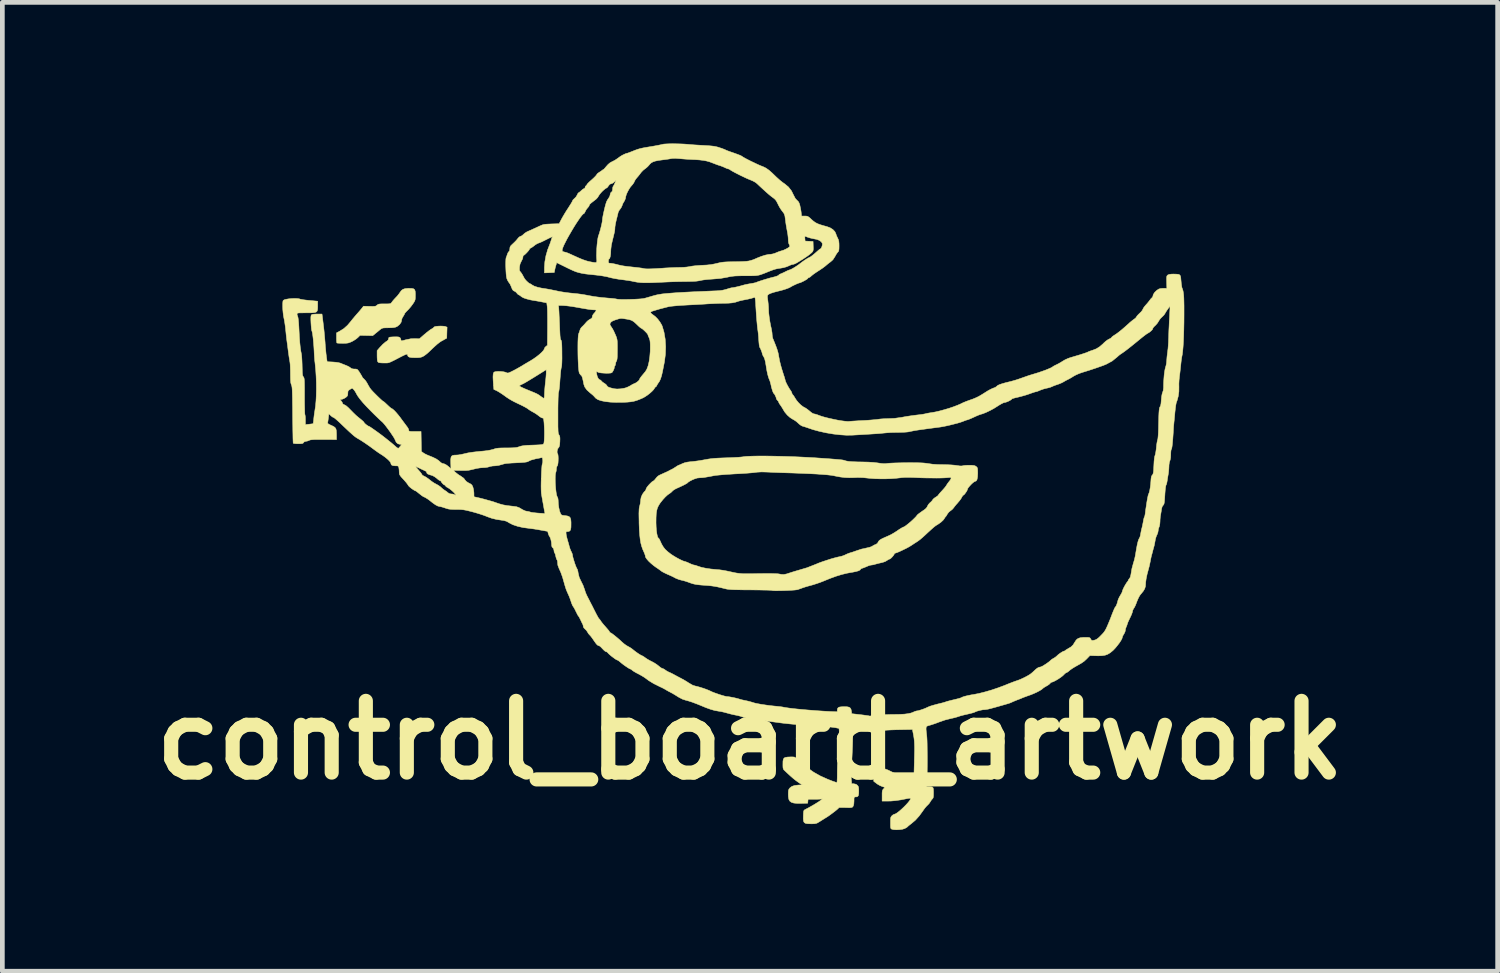
<source format=kicad_pcb>
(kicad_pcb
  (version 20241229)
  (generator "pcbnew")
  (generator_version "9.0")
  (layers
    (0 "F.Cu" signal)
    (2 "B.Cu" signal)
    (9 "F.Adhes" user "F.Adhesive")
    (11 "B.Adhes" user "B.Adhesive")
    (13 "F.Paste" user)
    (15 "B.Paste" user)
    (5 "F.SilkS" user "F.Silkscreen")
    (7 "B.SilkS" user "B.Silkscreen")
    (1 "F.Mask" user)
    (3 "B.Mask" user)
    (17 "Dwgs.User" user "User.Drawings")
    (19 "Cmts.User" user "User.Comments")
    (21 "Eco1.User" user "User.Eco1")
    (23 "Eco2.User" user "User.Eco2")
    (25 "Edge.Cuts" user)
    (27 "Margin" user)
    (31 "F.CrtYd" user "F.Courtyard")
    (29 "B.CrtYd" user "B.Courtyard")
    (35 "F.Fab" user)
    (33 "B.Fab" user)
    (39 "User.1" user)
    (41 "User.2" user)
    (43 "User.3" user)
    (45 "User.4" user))
  (footprint "control_board_artwork"
    (layer "F.Cu")
    (at 12.889 12.679)
    (property "Reference" "control_board_artwork" (at 0 0 0) (layer "F.SilkS") (effects (font (size 1.524 1.524) (thickness 0.3))))
    (attr through_hole)
    (fp_poly (pts (xy -6.526 -8.798) (xy -6.488 -8.794) (xy -6.473 -8.79) (xy -6.438 -8.776) (xy -6.442 -8.659) (xy -6.445 -8.543) (xy -6.49 -8.518) (xy -6.528 -8.496) (xy -6.562 -8.478) (xy -6.565 -8.476) (xy -6.598 -8.454) (xy -6.643 -8.419) (xy -6.696 -8.372) (xy -6.753 -8.319) (xy -6.807 -8.267) (xy -6.85 -8.227) (xy -6.897 -8.189) (xy -6.936 -8.162) (xy -6.936 -8.162) (xy -6.968 -8.146) (xy -6.997 -8.136) (xy -7.032 -8.13) (xy -7.08 -8.128) (xy -7.117 -8.128) (xy -7.186 -8.13) (xy -7.233 -8.137) (xy -7.262 -8.15) (xy -7.275 -8.171) (xy -7.277 -8.186) (xy -7.281 -8.199) (xy -7.293 -8.202) (xy -7.318 -8.196) (xy -7.358 -8.178) (xy -7.417 -8.149) (xy -7.424 -8.145) (xy -7.505 -8.103) (xy -7.567 -8.071) (xy -7.614 -8.048) (xy -7.649 -8.032) (xy -7.676 -8.022) (xy -7.699 -8.017) (xy -7.722 -8.015) (xy -7.747 -8.015) (xy -7.772 -8.015) (xy -7.821 -8.016) (xy -7.862 -8.019) (xy -7.885 -8.023) (xy -7.887 -8.023) (xy -7.904 -8.033) (xy -7.915 -8.049) (xy -7.921 -8.078) (xy -7.924 -8.123) (xy -7.925 -8.168) (xy -7.925 -8.278) (xy -7.871 -8.341) (xy -7.805 -8.411) (xy -7.745 -8.462) (xy -7.713 -8.482) (xy -7.689 -8.506) (xy -7.681 -8.531) (xy -7.678 -8.549) (xy -7.67 -8.56) (xy -7.651 -8.565) (xy -7.616 -8.568) (xy -7.582 -8.57) (xy -7.518 -8.571) (xy -7.474 -8.569) (xy -7.447 -8.56) (xy -7.431 -8.545) (xy -7.423 -8.522) (xy -7.416 -8.495) (xy -7.41 -8.484) (xy -7.41 -8.484) (xy -7.396 -8.487) (xy -7.364 -8.495) (xy -7.32 -8.507) (xy -7.308 -8.51) (xy -7.208 -8.53) (xy -7.119 -8.533) (xy -7.027 -8.529) (xy -6.92 -8.622) (xy -6.872 -8.662) (xy -6.825 -8.699) (xy -6.786 -8.727) (xy -6.767 -8.738) (xy -6.736 -8.757) (xy -6.717 -8.775) (xy -6.715 -8.778) (xy -6.701 -8.787) (xy -6.667 -8.794) (xy -6.623 -8.798) (xy -6.573 -8.8) (xy -6.526 -8.798)) (stroke (width 0.01) (type solid)) (fill yes) (layer "F.SilkS"))
    (fp_poly (pts (xy -7.189 -9.6) (xy -7.151 -9.592) (xy -7.128 -9.574) (xy -7.116 -9.542) (xy -7.112 -9.491) (xy -7.112 -9.455) (xy -7.113 -9.402) (xy -7.116 -9.365) (xy -7.125 -9.336) (xy -7.142 -9.305) (xy -7.166 -9.269) (xy -7.203 -9.219) (xy -7.246 -9.168) (xy -7.28 -9.132) (xy -7.311 -9.101) (xy -7.333 -9.075) (xy -7.341 -9.061) (xy -7.348 -9.043) (xy -7.365 -9.014) (xy -7.372 -9.004) (xy -7.393 -8.968) (xy -7.404 -8.932) (xy -7.404 -8.925) (xy -7.415 -8.88) (xy -7.446 -8.835) (xy -7.491 -8.797) (xy -7.508 -8.787) (xy -7.538 -8.775) (xy -7.574 -8.768) (xy -7.624 -8.764) (xy -7.686 -8.763) (xy -7.746 -8.762) (xy -7.787 -8.76) (xy -7.814 -8.754) (xy -7.834 -8.745) (xy -7.853 -8.731) (xy -7.855 -8.73) (xy -7.886 -8.704) (xy -7.927 -8.67) (xy -7.956 -8.647) (xy -8.018 -8.596) (xy -8.153 -8.599) (xy -8.288 -8.602) (xy -8.335 -8.555) (xy -8.373 -8.524) (xy -8.422 -8.492) (xy -8.462 -8.47) (xy -8.504 -8.452) (xy -8.541 -8.44) (xy -8.582 -8.435) (xy -8.637 -8.433) (xy -8.656 -8.433) (xy -8.708 -8.434) (xy -8.75 -8.436) (xy -8.775 -8.439) (xy -8.78 -8.441) (xy -8.784 -8.457) (xy -8.787 -8.492) (xy -8.788 -8.538) (xy -8.788 -8.552) (xy -8.788 -8.655) (xy -8.72 -8.691) (xy -8.632 -8.746) (xy -8.554 -8.816) (xy -8.488 -8.894) (xy -8.447 -8.946) (xy -8.4 -9.002) (xy -8.364 -9.044) (xy -8.325 -9.088) (xy -8.285 -9.134) (xy -8.257 -9.168) (xy -8.214 -9.222) (xy -8.084 -9.219) (xy -8.025 -9.218) (xy -7.985 -9.219) (xy -7.959 -9.223) (xy -7.942 -9.231) (xy -7.927 -9.243) (xy -7.912 -9.256) (xy -7.894 -9.264) (xy -7.866 -9.269) (xy -7.824 -9.271) (xy -7.768 -9.271) (xy -7.708 -9.271) (xy -7.669 -9.273) (xy -7.645 -9.277) (xy -7.63 -9.285) (xy -7.619 -9.297) (xy -7.613 -9.306) (xy -7.592 -9.334) (xy -7.561 -9.37) (xy -7.533 -9.4) (xy -7.495 -9.44) (xy -7.461 -9.483) (xy -7.442 -9.51) (xy -7.411 -9.553) (xy -7.376 -9.58) (xy -7.331 -9.595) (xy -7.269 -9.601) (xy -7.247 -9.601) (xy -7.189 -9.6)) (stroke (width 0.01) (type solid)) (fill yes) (layer "F.SilkS"))
    (fp_poly (pts (xy 0.319 -6.038) (xy 0.457 -6.036) (xy 0.604 -6.033) (xy 0.758 -6.029) (xy 0.916 -6.024) (xy 1.075 -6.017) (xy 1.233 -6.009) (xy 1.386 -6) (xy 1.473 -5.994) (xy 1.605 -5.985) (xy 1.714 -5.977) (xy 1.802 -5.97) (xy 1.871 -5.964) (xy 1.923 -5.959) (xy 1.961 -5.955) (xy 1.986 -5.95) (xy 2.001 -5.947) (xy 2.004 -5.945) (xy 2.042 -5.933) (xy 2.102 -5.923) (xy 2.186 -5.917) (xy 2.293 -5.913) (xy 2.381 -5.912) (xy 2.511 -5.909) (xy 2.625 -5.902) (xy 2.717 -5.891) (xy 2.722 -5.89) (xy 2.792 -5.88) (xy 2.847 -5.876) (xy 2.896 -5.878) (xy 2.925 -5.882) (xy 2.959 -5.885) (xy 3.014 -5.888) (xy 3.086 -5.891) (xy 3.17 -5.893) (xy 3.262 -5.895) (xy 3.346 -5.896) (xy 3.46 -5.896) (xy 3.551 -5.895) (xy 3.625 -5.893) (xy 3.685 -5.89) (xy 3.734 -5.885) (xy 3.776 -5.879) (xy 3.796 -5.876) (xy 3.881 -5.864) (xy 3.988 -5.857) (xy 4.1 -5.855) (xy 4.191 -5.853) (xy 4.276 -5.849) (xy 4.348 -5.843) (xy 4.393 -5.837) (xy 4.46 -5.827) (xy 4.505 -5.827) (xy 4.518 -5.83) (xy 4.544 -5.836) (xy 4.588 -5.84) (xy 4.641 -5.842) (xy 4.66 -5.842) (xy 4.717 -5.841) (xy 4.756 -5.837) (xy 4.782 -5.83) (xy 4.803 -5.817) (xy 4.805 -5.816) (xy 4.821 -5.802) (xy 4.831 -5.786) (xy 4.836 -5.763) (xy 4.838 -5.726) (xy 4.839 -5.672) (xy 4.835 -5.595) (xy 4.825 -5.541) (xy 4.808 -5.51) (xy 4.782 -5.499) (xy 4.782 -5.499) (xy 4.763 -5.49) (xy 4.733 -5.467) (xy 4.699 -5.435) (xy 4.666 -5.399) (xy 4.639 -5.367) (xy 4.624 -5.342) (xy 4.623 -5.336) (xy 4.616 -5.314) (xy 4.599 -5.282) (xy 4.576 -5.249) (xy 4.554 -5.221) (xy 4.537 -5.207) (xy 4.534 -5.207) (xy 4.522 -5.197) (xy 4.505 -5.171) (xy 4.5 -5.161) (xy 4.481 -5.128) (xy 4.45 -5.086) (xy 4.414 -5.044) (xy 4.414 -5.043) (xy 4.378 -5.003) (xy 4.347 -4.965) (xy 4.327 -4.937) (xy 4.326 -4.936) (xy 4.299 -4.905) (xy 4.264 -4.877) (xy 4.259 -4.874) (xy 4.224 -4.845) (xy 4.195 -4.807) (xy 4.191 -4.8) (xy 4.173 -4.769) (xy 4.159 -4.75) (xy 4.156 -4.748) (xy 4.144 -4.734) (xy 4.128 -4.708) (xy 4.128 -4.706) (xy 4.103 -4.674) (xy 4.061 -4.635) (xy 4.008 -4.596) (xy 3.956 -4.564) (xy 3.932 -4.547) (xy 3.895 -4.517) (xy 3.85 -4.477) (xy 3.801 -4.432) (xy 3.797 -4.429) (xy 3.721 -4.358) (xy 3.659 -4.302) (xy 3.609 -4.26) (xy 3.567 -4.229) (xy 3.535 -4.208) (xy 3.503 -4.188) (xy 3.461 -4.16) (xy 3.426 -4.137) (xy 3.389 -4.114) (xy 3.34 -4.087) (xy 3.284 -4.059) (xy 3.226 -4.031) (xy 3.172 -4.006) (xy 3.127 -3.987) (xy 3.096 -3.977) (xy 3.089 -3.975) (xy 3.071 -3.965) (xy 3.065 -3.953) (xy 3.051 -3.929) (xy 3.027 -3.899) (xy 3 -3.871) (xy 2.976 -3.852) (xy 2.965 -3.848) (xy 2.947 -3.841) (xy 2.918 -3.824) (xy 2.909 -3.817) (xy 2.872 -3.796) (xy 2.823 -3.779) (xy 2.795 -3.772) (xy 2.742 -3.76) (xy 2.688 -3.746) (xy 2.665 -3.74) (xy 2.624 -3.728) (xy 2.587 -3.722) (xy 2.576 -3.721) (xy 2.548 -3.716) (xy 2.508 -3.702) (xy 2.483 -3.691) (xy 2.44 -3.673) (xy 2.401 -3.658) (xy 2.384 -3.653) (xy 2.359 -3.643) (xy 2.349 -3.632) (xy 2.337 -3.615) (xy 2.303 -3.598) (xy 2.25 -3.583) (xy 2.181 -3.569) (xy 2.178 -3.569) (xy 2.062 -3.548) (xy 1.948 -3.52) (xy 1.83 -3.484) (xy 1.701 -3.437) (xy 1.559 -3.379) (xy 1.49 -3.352) (xy 1.409 -3.324) (xy 1.333 -3.3) (xy 1.314 -3.295) (xy 1.252 -3.278) (xy 1.192 -3.261) (xy 1.142 -3.245) (xy 1.124 -3.239) (xy 1.077 -3.222) (xy 1.032 -3.206) (xy 1.016 -3.2) (xy 0.991 -3.195) (xy 0.948 -3.19) (xy 0.89 -3.186) (xy 0.822 -3.182) (xy 0.75 -3.179) (xy 0.677 -3.177) (xy 0.608 -3.176) (xy 0.548 -3.175) (xy 0.502 -3.177) (xy 0.474 -3.179) (xy 0.468 -3.182) (xy 0.453 -3.184) (xy 0.417 -3.186) (xy 0.36 -3.188) (xy 0.287 -3.189) (xy 0.201 -3.191) (xy 0.104 -3.192) (xy 0.01 -3.193) (xy -0.114 -3.193) (xy -0.215 -3.195) (xy -0.297 -3.196) (xy -0.363 -3.198) (xy -0.414 -3.201) (xy -0.455 -3.205) (xy -0.488 -3.209) (xy -0.516 -3.215) (xy -0.524 -3.217) (xy -0.617 -3.24) (xy -0.692 -3.257) (xy -0.757 -3.269) (xy -0.819 -3.278) (xy -0.884 -3.285) (xy -0.953 -3.29) (xy -1.039 -3.296) (xy -1.107 -3.303) (xy -1.161 -3.311) (xy -1.209 -3.322) (xy -1.257 -3.337) (xy -1.309 -3.356) (xy -1.361 -3.374) (xy -1.413 -3.389) (xy -1.448 -3.397) (xy -1.509 -3.413) (xy -1.575 -3.439) (xy -1.626 -3.466) (xy -1.645 -3.476) (xy -1.682 -3.493) (xy -1.729 -3.514) (xy -1.753 -3.524) (xy -1.804 -3.548) (xy -1.848 -3.57) (xy -1.879 -3.588) (xy -1.886 -3.594) (xy -1.909 -3.611) (xy -1.946 -3.638) (xy -1.989 -3.667) (xy -1.994 -3.67) (xy -2.05 -3.711) (xy -2.104 -3.756) (xy -2.152 -3.801) (xy -2.19 -3.844) (xy -2.215 -3.879) (xy -2.223 -3.901) (xy -2.228 -3.929) (xy -2.242 -3.968) (xy -2.253 -3.994) (xy -2.281 -4.057) (xy -2.303 -4.12) (xy -2.321 -4.188) (xy -2.334 -4.265) (xy -2.344 -4.355) (xy -2.352 -4.46) (xy -2.357 -4.585) (xy -2.358 -4.627) (xy -1.998 -4.627) (xy -1.998 -4.615) (xy -1.995 -4.53) (xy -1.989 -4.454) (xy -1.98 -4.388) (xy -1.969 -4.337) (xy -1.957 -4.304) (xy -1.944 -4.293) (xy -1.934 -4.282) (xy -1.919 -4.255) (xy -1.912 -4.239) (xy -1.878 -4.165) (xy -1.843 -4.106) (xy -1.803 -4.055) (xy -1.75 -4.006) (xy -1.681 -3.952) (xy -1.675 -3.948) (xy -1.632 -3.92) (xy -1.581 -3.889) (xy -1.526 -3.858) (xy -1.473 -3.831) (xy -1.427 -3.81) (xy -1.395 -3.799) (xy -1.386 -3.797) (xy -1.368 -3.792) (xy -1.334 -3.779) (xy -1.292 -3.76) (xy -1.291 -3.759) (xy -1.248 -3.74) (xy -1.211 -3.726) (xy -1.19 -3.721) (xy -1.19 -3.721) (xy -1.167 -3.717) (xy -1.131 -3.705) (xy -1.102 -3.695) (xy -1.031 -3.672) (xy -0.939 -3.653) (xy -0.833 -3.637) (xy -0.718 -3.626) (xy -0.648 -3.62) (xy -0.57 -3.609) (xy -0.501 -3.596) (xy -0.495 -3.595) (xy -0.417 -3.578) (xy -0.353 -3.564) (xy -0.299 -3.553) (xy -0.251 -3.546) (xy -0.204 -3.541) (xy -0.153 -3.537) (xy -0.094 -3.536) (xy -0.024 -3.536) (xy 0.064 -3.537) (xy 0.171 -3.539) (xy 0.277 -3.54) (xy 0.374 -3.54) (xy 0.459 -3.54) (xy 0.529 -3.538) (xy 0.58 -3.536) (xy 0.609 -3.533) (xy 0.61 -3.533) (xy 0.671 -3.522) (xy 0.721 -3.521) (xy 0.773 -3.531) (xy 0.832 -3.55) (xy 0.891 -3.569) (xy 0.96 -3.59) (xy 1.021 -3.608) (xy 1.211 -3.664) (xy 1.379 -3.73) (xy 1.397 -3.737) (xy 1.459 -3.763) (xy 1.538 -3.792) (xy 1.626 -3.821) (xy 1.715 -3.85) (xy 1.8 -3.874) (xy 1.871 -3.892) (xy 1.902 -3.898) (xy 1.953 -3.91) (xy 2 -3.927) (xy 2.026 -3.939) (xy 2.066 -3.958) (xy 2.114 -3.976) (xy 2.13 -3.981) (xy 2.18 -3.996) (xy 2.235 -4.015) (xy 2.254 -4.022) (xy 2.369 -4.06) (xy 2.5 -4.089) (xy 2.508 -4.091) (xy 2.553 -4.102) (xy 2.593 -4.119) (xy 2.605 -4.127) (xy 2.64 -4.147) (xy 2.673 -4.16) (xy 2.706 -4.181) (xy 2.723 -4.209) (xy 2.733 -4.228) (xy 2.75 -4.246) (xy 2.775 -4.264) (xy 2.814 -4.285) (xy 2.869 -4.31) (xy 2.942 -4.342) (xy 2.997 -4.368) (xy 3.059 -4.404) (xy 3.119 -4.442) (xy 3.133 -4.452) (xy 3.18 -4.484) (xy 3.223 -4.51) (xy 3.256 -4.527) (xy 3.266 -4.53) (xy 3.288 -4.541) (xy 3.322 -4.566) (xy 3.365 -4.6) (xy 3.413 -4.64) (xy 3.459 -4.682) (xy 3.5 -4.722) (xy 3.532 -4.755) (xy 3.548 -4.777) (xy 3.563 -4.794) (xy 3.595 -4.819) (xy 3.637 -4.849) (xy 3.656 -4.863) (xy 3.708 -4.898) (xy 3.742 -4.927) (xy 3.762 -4.954) (xy 3.77 -4.971) (xy 3.791 -5.009) (xy 3.823 -5.044) (xy 3.829 -5.049) (xy 3.858 -5.075) (xy 3.877 -5.1) (xy 3.88 -5.106) (xy 3.895 -5.125) (xy 3.924 -5.149) (xy 3.944 -5.162) (xy 3.976 -5.183) (xy 3.997 -5.2) (xy 4 -5.207) (xy 4.009 -5.22) (xy 4.031 -5.247) (xy 4.063 -5.282) (xy 4.078 -5.298) (xy 4.116 -5.34) (xy 4.149 -5.379) (xy 4.171 -5.41) (xy 4.175 -5.417) (xy 4.197 -5.452) (xy 4.225 -5.489) (xy 4.229 -5.493) (xy 4.253 -5.524) (xy 4.269 -5.554) (xy 4.271 -5.559) (xy 4.273 -5.574) (xy 4.267 -5.581) (xy 4.249 -5.583) (xy 4.213 -5.58) (xy 4.193 -5.578) (xy 4.136 -5.574) (xy 4.058 -5.571) (xy 3.965 -5.57) (xy 3.859 -5.571) (xy 3.746 -5.572) (xy 3.631 -5.575) (xy 3.517 -5.58) (xy 3.499 -5.581) (xy 3.387 -5.584) (xy 3.295 -5.584) (xy 3.221 -5.579) (xy 3.194 -5.575) (xy 3.103 -5.565) (xy 2.997 -5.557) (xy 2.882 -5.553) (xy 2.765 -5.553) (xy 2.656 -5.556) (xy 2.56 -5.563) (xy 2.517 -5.567) (xy 2.403 -5.579) (xy 2.288 -5.582) (xy 2.217 -5.579) (xy 2.112 -5.577) (xy 2.014 -5.581) (xy 1.915 -5.593) (xy 1.804 -5.614) (xy 1.778 -5.62) (xy 1.723 -5.629) (xy 1.643 -5.638) (xy 1.541 -5.646) (xy 1.418 -5.655) (xy 1.274 -5.662) (xy 1.111 -5.669) (xy 0.931 -5.676) (xy 0.87 -5.678) (xy 0.767 -5.681) (xy 0.664 -5.684) (xy 0.567 -5.688) (xy 0.48 -5.691) (xy 0.409 -5.695) (xy 0.359 -5.697) (xy 0.248 -5.7) (xy 0.152 -5.695) (xy 0.121 -5.691) (xy 0.083 -5.686) (xy 0.023 -5.68) (xy -0.053 -5.674) (xy -0.14 -5.668) (xy -0.235 -5.662) (xy -0.32 -5.658) (xy -0.418 -5.652) (xy -0.513 -5.646) (xy -0.6 -5.639) (xy -0.676 -5.632) (xy -0.734 -5.626) (xy -0.768 -5.62) (xy -0.857 -5.603) (xy -0.925 -5.591) (xy -0.978 -5.582) (xy -1.02 -5.578) (xy -1.056 -5.576) (xy -1.072 -5.575) (xy -1.123 -5.57) (xy -1.181 -5.551) (xy -1.228 -5.531) (xy -1.271 -5.509) (xy -1.303 -5.49) (xy -1.32 -5.477) (xy -1.321 -5.475) (xy -1.332 -5.464) (xy -1.363 -5.445) (xy -1.412 -5.419) (xy -1.473 -5.39) (xy -1.545 -5.357) (xy -1.554 -5.354) (xy -1.598 -5.331) (xy -1.635 -5.307) (xy -1.653 -5.289) (xy -1.683 -5.26) (xy -1.712 -5.24) (xy -1.751 -5.213) (xy -1.799 -5.169) (xy -1.849 -5.115) (xy -1.898 -5.054) (xy -1.915 -5.031) (xy -1.945 -4.983) (xy -1.968 -4.934) (xy -1.983 -4.878) (xy -1.993 -4.811) (xy -1.997 -4.729) (xy -1.998 -4.627) (xy -2.358 -4.627) (xy -2.358 -4.649) (xy -2.36 -4.744) (xy -2.361 -4.816) (xy -2.359 -4.872) (xy -2.357 -4.915) (xy -2.352 -4.948) (xy -2.345 -4.977) (xy -2.344 -4.979) (xy -2.332 -5.03) (xy -2.325 -5.084) (xy -2.324 -5.105) (xy -2.314 -5.161) (xy -2.289 -5.22) (xy -2.253 -5.272) (xy -2.231 -5.294) (xy -2.214 -5.319) (xy -2.21 -5.336) (xy -2.201 -5.357) (xy -2.179 -5.389) (xy -2.148 -5.426) (xy -2.114 -5.461) (xy -2.083 -5.49) (xy -2.059 -5.505) (xy -2.057 -5.505) (xy -2.037 -5.52) (xy -2.012 -5.548) (xy -2.003 -5.561) (xy -1.973 -5.596) (xy -1.938 -5.624) (xy -1.928 -5.629) (xy -1.894 -5.645) (xy -1.847 -5.666) (xy -1.81 -5.683) (xy -1.767 -5.702) (xy -1.732 -5.719) (xy -1.714 -5.729) (xy -1.688 -5.743) (xy -1.666 -5.753) (xy -1.638 -5.768) (xy -1.601 -5.791) (xy -1.581 -5.804) (xy -1.549 -5.825) (xy -1.525 -5.839) (xy -1.518 -5.842) (xy -1.503 -5.847) (xy -1.472 -5.86) (xy -1.439 -5.876) (xy -1.389 -5.895) (xy -1.334 -5.908) (xy -1.264 -5.917) (xy -1.246 -5.918) (xy -1.183 -5.925) (xy -1.106 -5.935) (xy -1.025 -5.948) (xy -0.959 -5.96) (xy -0.893 -5.972) (xy -0.83 -5.981) (xy -0.764 -5.988) (xy -0.688 -5.993) (xy -0.597 -5.997) (xy -0.508 -6) (xy -0.42 -6.003) (xy -0.334 -6.007) (xy -0.258 -6.011) (xy -0.194 -6.016) (xy -0.15 -6.021) (xy -0.14 -6.023) (xy -0.088 -6.029) (xy -0.014 -6.033) (xy 0.081 -6.036) (xy 0.193 -6.038) (xy 0.319 -6.038)) (stroke (width 0.01) (type solid)) (fill yes) (layer "F.SilkS"))
    (fp_poly (pts (xy -1.566 -12.673) (xy -1.484 -12.671) (xy -1.405 -12.668) (xy -1.334 -12.663) (xy -1.314 -12.661) (xy -1.256 -12.656) (xy -1.181 -12.65) (xy -1.096 -12.645) (xy -1.01 -12.64) (xy -0.972 -12.638) (xy -0.886 -12.633) (xy -0.819 -12.627) (xy -0.766 -12.621) (xy -0.721 -12.612) (xy -0.677 -12.601) (xy -0.648 -12.591) (xy -0.598 -12.575) (xy -0.557 -12.559) (xy -0.531 -12.549) (xy -0.526 -12.546) (xy -0.509 -12.537) (xy -0.473 -12.523) (xy -0.427 -12.506) (xy -0.406 -12.499) (xy -0.322 -12.47) (xy -0.26 -12.447) (xy -0.216 -12.43) (xy -0.186 -12.416) (xy -0.168 -12.405) (xy -0.165 -12.402) (xy -0.141 -12.387) (xy -0.099 -12.363) (xy -0.043 -12.334) (xy 0.022 -12.301) (xy 0.09 -12.269) (xy 0.157 -12.237) (xy 0.218 -12.21) (xy 0.268 -12.19) (xy 0.284 -12.184) (xy 0.34 -12.156) (xy 0.405 -12.11) (xy 0.475 -12.048) (xy 0.483 -12.04) (xy 0.565 -11.961) (xy 0.634 -11.899) (xy 0.694 -11.851) (xy 0.739 -11.82) (xy 0.817 -11.755) (xy 0.881 -11.673) (xy 0.926 -11.581) (xy 0.927 -11.58) (xy 0.962 -11.512) (xy 0.997 -11.474) (xy 1.026 -11.446) (xy 1.044 -11.414) (xy 1.059 -11.369) (xy 1.062 -11.353) (xy 1.074 -11.297) (xy 1.084 -11.239) (xy 1.088 -11.205) (xy 1.095 -11.138) (xy 1.162 -11.138) (xy 1.196 -11.137) (xy 1.221 -11.132) (xy 1.246 -11.118) (xy 1.276 -11.094) (xy 1.308 -11.063) (xy 1.349 -11.028) (xy 1.388 -11) (xy 1.432 -10.977) (xy 1.486 -10.956) (xy 1.555 -10.935) (xy 1.629 -10.915) (xy 1.701 -10.889) (xy 1.76 -10.852) (xy 1.803 -10.807) (xy 1.824 -10.763) (xy 1.835 -10.729) (xy 1.854 -10.686) (xy 1.863 -10.669) (xy 1.878 -10.635) (xy 1.887 -10.6) (xy 1.891 -10.554) (xy 1.892 -10.504) (xy 1.891 -10.449) (xy 1.888 -10.413) (xy 1.881 -10.39) (xy 1.87 -10.375) (xy 1.867 -10.373) (xy 1.849 -10.35) (xy 1.825 -10.314) (xy 1.805 -10.277) (xy 1.761 -10.209) (xy 1.713 -10.166) (xy 1.67 -10.134) (xy 1.626 -10.098) (xy 1.614 -10.087) (xy 1.583 -10.062) (xy 1.538 -10.029) (xy 1.486 -9.994) (xy 1.455 -9.974) (xy 1.403 -9.94) (xy 1.355 -9.907) (xy 1.319 -9.879) (xy 1.305 -9.867) (xy 1.278 -9.843) (xy 1.256 -9.831) (xy 1.251 -9.83) (xy 1.232 -9.82) (xy 1.228 -9.812) (xy 1.214 -9.799) (xy 1.184 -9.78) (xy 1.145 -9.758) (xy 1.104 -9.738) (xy 1.069 -9.722) (xy 1.046 -9.716) (xy 1.045 -9.716) (xy 1.026 -9.71) (xy 0.992 -9.696) (xy 0.949 -9.676) (xy 0.905 -9.655) (xy 0.867 -9.634) (xy 0.851 -9.624) (xy 0.817 -9.608) (xy 0.764 -9.588) (xy 0.698 -9.567) (xy 0.625 -9.548) (xy 0.584 -9.538) (xy 0.504 -9.517) (xy 0.44 -9.496) (xy 0.397 -9.476) (xy 0.383 -9.465) (xy 0.374 -9.452) (xy 0.37 -9.433) (xy 0.371 -9.402) (xy 0.377 -9.353) (xy 0.379 -9.342) (xy 0.386 -9.279) (xy 0.392 -9.213) (xy 0.394 -9.158) (xy 0.394 -9.156) (xy 0.397 -9.085) (xy 0.407 -8.997) (xy 0.421 -8.902) (xy 0.439 -8.806) (xy 0.45 -8.759) (xy 0.46 -8.707) (xy 0.468 -8.656) (xy 0.47 -8.623) (xy 0.474 -8.58) (xy 0.483 -8.541) (xy 0.484 -8.538) (xy 0.521 -8.448) (xy 0.549 -8.377) (xy 0.57 -8.32) (xy 0.585 -8.272) (xy 0.597 -8.229) (xy 0.606 -8.186) (xy 0.614 -8.138) (xy 0.616 -8.129) (xy 0.628 -8.064) (xy 0.647 -7.985) (xy 0.67 -7.902) (xy 0.693 -7.828) (xy 0.713 -7.765) (xy 0.731 -7.711) (xy 0.743 -7.669) (xy 0.749 -7.645) (xy 0.749 -7.642) (xy 0.756 -7.621) (xy 0.772 -7.585) (xy 0.795 -7.54) (xy 0.821 -7.494) (xy 0.846 -7.453) (xy 0.86 -7.435) (xy 0.879 -7.404) (xy 0.889 -7.379) (xy 0.889 -7.376) (xy 0.898 -7.352) (xy 0.909 -7.34) (xy 0.927 -7.318) (xy 0.948 -7.285) (xy 0.954 -7.274) (xy 0.987 -7.223) (xy 1.031 -7.17) (xy 1.08 -7.122) (xy 1.127 -7.086) (xy 1.149 -7.074) (xy 1.186 -7.054) (xy 1.23 -7.022) (xy 1.266 -6.993) (xy 1.302 -6.963) (xy 1.335 -6.942) (xy 1.357 -6.934) (xy 1.381 -6.93) (xy 1.421 -6.918) (xy 1.468 -6.901) (xy 1.477 -6.897) (xy 1.533 -6.878) (xy 1.604 -6.858) (xy 1.686 -6.838) (xy 1.773 -6.819) (xy 1.86 -6.801) (xy 1.942 -6.787) (xy 2.013 -6.778) (xy 2.069 -6.773) (xy 2.095 -6.773) (xy 2.13 -6.776) (xy 2.185 -6.78) (xy 2.254 -6.784) (xy 2.333 -6.789) (xy 2.416 -6.793) (xy 2.419 -6.793) (xy 2.502 -6.798) (xy 2.579 -6.804) (xy 2.647 -6.81) (xy 2.7 -6.815) (xy 2.733 -6.82) (xy 2.734 -6.82) (xy 2.773 -6.825) (xy 2.828 -6.829) (xy 2.892 -6.832) (xy 2.936 -6.833) (xy 3.072 -6.839) (xy 3.219 -6.859) (xy 3.244 -6.864) (xy 3.322 -6.878) (xy 3.407 -6.891) (xy 3.487 -6.902) (xy 3.543 -6.909) (xy 3.605 -6.916) (xy 3.663 -6.924) (xy 3.709 -6.932) (xy 3.727 -6.936) (xy 3.768 -6.946) (xy 3.821 -6.955) (xy 3.861 -6.961) (xy 3.937 -6.974) (xy 4.028 -6.995) (xy 4.127 -7.022) (xy 4.229 -7.052) (xy 4.326 -7.085) (xy 4.412 -7.118) (xy 4.482 -7.148) (xy 4.496 -7.156) (xy 4.537 -7.175) (xy 4.591 -7.197) (xy 4.647 -7.218) (xy 4.65 -7.219) (xy 4.733 -7.248) (xy 4.801 -7.276) (xy 4.863 -7.306) (xy 4.927 -7.344) (xy 4.991 -7.384) (xy 5.046 -7.419) (xy 5.1 -7.449) (xy 5.145 -7.471) (xy 5.17 -7.481) (xy 5.208 -7.495) (xy 5.235 -7.512) (xy 5.241 -7.518) (xy 5.261 -7.536) (xy 5.297 -7.554) (xy 5.352 -7.573) (xy 5.428 -7.595) (xy 5.502 -7.613) (xy 5.568 -7.63) (xy 5.635 -7.649) (xy 5.692 -7.667) (xy 5.718 -7.676) (xy 5.926 -7.749) (xy 6.064 -7.791) (xy 6.136 -7.813) (xy 6.208 -7.838) (xy 6.278 -7.863) (xy 6.339 -7.888) (xy 6.388 -7.909) (xy 6.419 -7.925) (xy 6.424 -7.929) (xy 6.448 -7.946) (xy 6.486 -7.966) (xy 6.509 -7.977) (xy 6.555 -8) (xy 6.608 -8.03) (xy 6.642 -8.052) (xy 6.693 -8.082) (xy 6.754 -8.11) (xy 6.801 -8.127) (xy 6.915 -8.161) (xy 7.006 -8.188) (xy 7.077 -8.211) (xy 7.128 -8.228) (xy 7.162 -8.24) (xy 7.181 -8.249) (xy 7.182 -8.25) (xy 7.208 -8.261) (xy 7.248 -8.276) (xy 7.283 -8.287) (xy 7.358 -8.316) (xy 7.429 -8.36) (xy 7.502 -8.423) (xy 7.518 -8.44) (xy 7.558 -8.476) (xy 7.602 -8.508) (xy 7.63 -8.523) (xy 7.662 -8.539) (xy 7.681 -8.554) (xy 7.684 -8.558) (xy 7.694 -8.571) (xy 7.72 -8.591) (xy 7.757 -8.615) (xy 7.799 -8.643) (xy 7.846 -8.679) (xy 7.902 -8.724) (xy 7.97 -8.783) (xy 8.052 -8.856) (xy 8.063 -8.867) (xy 8.103 -8.901) (xy 8.141 -8.931) (xy 8.168 -8.95) (xy 8.196 -8.972) (xy 8.211 -8.994) (xy 8.211 -8.994) (xy 8.224 -9.014) (xy 8.25 -9.043) (xy 8.279 -9.071) (xy 8.313 -9.104) (xy 8.338 -9.136) (xy 8.348 -9.157) (xy 8.361 -9.183) (xy 8.386 -9.218) (xy 8.41 -9.246) (xy 8.445 -9.285) (xy 8.478 -9.326) (xy 8.494 -9.347) (xy 8.517 -9.378) (xy 8.538 -9.399) (xy 8.542 -9.402) (xy 8.558 -9.422) (xy 8.56 -9.431) (xy 8.57 -9.47) (xy 8.598 -9.514) (xy 8.639 -9.554) (xy 8.651 -9.563) (xy 8.686 -9.586) (xy 8.72 -9.597) (xy 8.763 -9.601) (xy 8.781 -9.601) (xy 8.858 -9.601) (xy 8.854 -9.733) (xy 8.853 -9.793) (xy 8.853 -9.832) (xy 8.857 -9.857) (xy 8.864 -9.872) (xy 8.875 -9.883) (xy 8.879 -9.886) (xy 8.91 -9.898) (xy 8.958 -9.904) (xy 8.998 -9.905) (xy 9.062 -9.903) (xy 9.105 -9.899) (xy 9.131 -9.887) (xy 9.147 -9.864) (xy 9.154 -9.826) (xy 9.159 -9.768) (xy 9.16 -9.759) (xy 9.165 -9.703) (xy 9.172 -9.653) (xy 9.178 -9.619) (xy 9.182 -9.608) (xy 9.193 -9.579) (xy 9.202 -9.548) (xy 9.209 -9.509) (xy 9.215 -9.461) (xy 9.219 -9.401) (xy 9.221 -9.326) (xy 9.223 -9.232) (xy 9.223 -9.118) (xy 9.223 -9.042) (xy 9.222 -8.881) (xy 9.219 -8.73) (xy 9.215 -8.59) (xy 9.21 -8.465) (xy 9.203 -8.357) (xy 9.195 -8.267) (xy 9.187 -8.199) (xy 9.18 -8.166) (xy 9.173 -8.128) (xy 9.165 -8.074) (xy 9.158 -8.012) (xy 9.155 -7.982) (xy 9.147 -7.908) (xy 9.138 -7.824) (xy 9.128 -7.745) (xy 9.126 -7.728) (xy 9.118 -7.652) (xy 9.114 -7.574) (xy 9.115 -7.507) (xy 9.115 -7.502) (xy 9.114 -7.408) (xy 9.1 -7.307) (xy 9.075 -7.214) (xy 9.062 -7.182) (xy 9.055 -7.155) (xy 9.047 -7.109) (xy 9.039 -7.05) (xy 9.032 -6.984) (xy 9.031 -6.979) (xy 9.025 -6.911) (xy 9.019 -6.846) (xy 9.014 -6.793) (xy 9.01 -6.757) (xy 9.01 -6.756) (xy 9.007 -6.722) (xy 9.002 -6.67) (xy 8.998 -6.605) (xy 8.994 -6.535) (xy 8.993 -6.521) (xy 8.985 -6.403) (xy 8.977 -6.309) (xy 8.969 -6.24) (xy 8.961 -6.196) (xy 8.952 -6.178) (xy 8.952 -6.178) (xy 8.947 -6.162) (xy 8.943 -6.129) (xy 8.941 -6.083) (xy 8.941 -6.071) (xy 8.938 -6.003) (xy 8.928 -5.952) (xy 8.922 -5.936) (xy 8.911 -5.9) (xy 8.904 -5.849) (xy 8.903 -5.817) (xy 8.9 -5.757) (xy 8.894 -5.693) (xy 8.889 -5.658) (xy 8.879 -5.6) (xy 8.869 -5.537) (xy 8.865 -5.508) (xy 8.857 -5.465) (xy 8.847 -5.431) (xy 8.84 -5.418) (xy 8.835 -5.4) (xy 8.829 -5.362) (xy 8.823 -5.308) (xy 8.818 -5.243) (xy 8.816 -5.207) (xy 8.811 -5.131) (xy 8.807 -5.077) (xy 8.802 -5.04) (xy 8.796 -5.016) (xy 8.788 -5.001) (xy 8.779 -4.991) (xy 8.758 -4.961) (xy 8.746 -4.914) (xy 8.739 -4.865) (xy 8.73 -4.811) (xy 8.727 -4.794) (xy 8.719 -4.745) (xy 8.714 -4.687) (xy 8.713 -4.648) (xy 8.709 -4.596) (xy 8.701 -4.551) (xy 8.693 -4.529) (xy 8.679 -4.489) (xy 8.674 -4.453) (xy 8.668 -4.416) (xy 8.653 -4.373) (xy 8.647 -4.362) (xy 8.629 -4.319) (xy 8.614 -4.266) (xy 8.61 -4.242) (xy 8.601 -4.191) (xy 8.591 -4.141) (xy 8.586 -4.121) (xy 8.573 -4.075) (xy 8.561 -4.031) (xy 8.56 -4.026) (xy 8.549 -3.983) (xy 8.536 -3.936) (xy 8.534 -3.931) (xy 8.524 -3.889) (xy 8.513 -3.836) (xy 8.507 -3.804) (xy 8.496 -3.75) (xy 8.482 -3.687) (xy 8.469 -3.639) (xy 8.438 -3.524) (xy 8.418 -3.427) (xy 8.408 -3.35) (xy 8.407 -3.325) (xy 8.403 -3.269) (xy 8.388 -3.219) (xy 8.359 -3.169) (xy 8.313 -3.112) (xy 8.301 -3.099) (xy 8.278 -3.066) (xy 8.251 -3.015) (xy 8.224 -2.952) (xy 8.206 -2.904) (xy 8.188 -2.859) (xy 8.167 -2.818) (xy 8.154 -2.799) (xy 8.136 -2.766) (xy 8.128 -2.734) (xy 8.122 -2.709) (xy 8.107 -2.669) (xy 8.086 -2.622) (xy 8.078 -2.606) (xy 8.054 -2.556) (xy 8.033 -2.511) (xy 8.021 -2.477) (xy 8.019 -2.471) (xy 8.006 -2.431) (xy 7.993 -2.401) (xy 7.98 -2.364) (xy 7.976 -2.334) (xy 7.969 -2.302) (xy 7.951 -2.264) (xy 7.944 -2.253) (xy 7.924 -2.219) (xy 7.913 -2.191) (xy 7.912 -2.184) (xy 7.904 -2.157) (xy 7.882 -2.116) (xy 7.85 -2.067) (xy 7.81 -2.015) (xy 7.768 -1.963) (xy 7.726 -1.918) (xy 7.708 -1.901) (xy 7.653 -1.856) (xy 7.601 -1.825) (xy 7.546 -1.805) (xy 7.482 -1.795) (xy 7.401 -1.792) (xy 7.358 -1.793) (xy 7.222 -1.797) (xy 7.154 -1.726) (xy 7.1 -1.676) (xy 7.034 -1.631) (xy 6.963 -1.591) (xy 6.906 -1.559) (xy 6.852 -1.526) (xy 6.809 -1.496) (xy 6.79 -1.481) (xy 6.76 -1.455) (xy 6.734 -1.438) (xy 6.725 -1.435) (xy 6.706 -1.426) (xy 6.682 -1.404) (xy 6.678 -1.4) (xy 6.648 -1.37) (xy 6.604 -1.336) (xy 6.554 -1.302) (xy 6.502 -1.271) (xy 6.456 -1.247) (xy 6.421 -1.233) (xy 6.411 -1.232) (xy 6.392 -1.222) (xy 6.378 -1.207) (xy 6.358 -1.187) (xy 6.324 -1.163) (xy 6.302 -1.151) (xy 6.264 -1.129) (xy 6.234 -1.109) (xy 6.224 -1.1) (xy 6.197 -1.077) (xy 6.151 -1.049) (xy 6.092 -1.018) (xy 6.025 -0.988) (xy 5.956 -0.96) (xy 5.937 -0.954) (xy 5.884 -0.935) (xy 5.838 -0.918) (xy 5.806 -0.906) (xy 5.798 -0.903) (xy 5.773 -0.892) (xy 5.734 -0.876) (xy 5.687 -0.858) (xy 5.683 -0.857) (xy 5.634 -0.837) (xy 5.59 -0.819) (xy 5.561 -0.805) (xy 5.56 -0.805) (xy 5.528 -0.791) (xy 5.484 -0.776) (xy 5.458 -0.769) (xy 5.415 -0.756) (xy 5.357 -0.74) (xy 5.295 -0.722) (xy 5.277 -0.717) (xy 5.185 -0.691) (xy 5.114 -0.672) (xy 5.061 -0.659) (xy 5.02 -0.652) (xy 4.99 -0.648) (xy 4.982 -0.648) (xy 4.946 -0.645) (xy 4.9 -0.636) (xy 4.852 -0.624) (xy 4.811 -0.612) (xy 4.785 -0.6) (xy 4.783 -0.599) (xy 4.763 -0.59) (xy 4.725 -0.578) (xy 4.666 -0.563) (xy 4.585 -0.544) (xy 4.566 -0.54) (xy 4.513 -0.527) (xy 4.465 -0.514) (xy 4.432 -0.503) (xy 4.398 -0.492) (xy 4.349 -0.478) (xy 4.294 -0.465) (xy 4.286 -0.464) (xy 4.143 -0.428) (xy 4.005 -0.38) (xy 3.975 -0.368) (xy 3.923 -0.349) (xy 3.862 -0.329) (xy 3.823 -0.317) (xy 3.789 -0.308) (xy 3.765 -0.299) (xy 3.75 -0.286) (xy 3.742 -0.266) (xy 3.741 -0.233) (xy 3.745 -0.184) (xy 3.753 -0.116) (xy 3.756 -0.089) (xy 3.759 -0.05) (xy 3.762 0.008) (xy 3.764 0.081) (xy 3.765 0.167) (xy 3.766 0.263) (xy 3.767 0.363) (xy 3.767 0.467) (xy 3.766 0.568) (xy 3.765 0.666) (xy 3.764 0.755) (xy 3.762 0.834) (xy 3.76 0.897) (xy 3.757 0.943) (xy 3.754 0.967) (xy 3.753 0.968) (xy 3.751 0.981) (xy 3.76 0.988) (xy 3.787 0.99) (xy 3.814 0.991) (xy 3.851 0.992) (xy 3.875 0.998) (xy 3.89 1.013) (xy 3.897 1.042) (xy 3.899 1.089) (xy 3.899 1.131) (xy 3.898 1.184) (xy 3.894 1.218) (xy 3.885 1.238) (xy 3.877 1.247) (xy 3.857 1.269) (xy 3.835 1.302) (xy 3.831 1.31) (xy 3.806 1.347) (xy 3.776 1.379) (xy 3.772 1.382) (xy 3.749 1.405) (xy 3.717 1.442) (xy 3.684 1.487) (xy 3.675 1.501) (xy 3.595 1.611) (xy 3.514 1.701) (xy 3.43 1.772) (xy 3.428 1.774) (xy 3.391 1.802) (xy 3.362 1.826) (xy 3.347 1.841) (xy 3.347 1.841) (xy 3.331 1.854) (xy 3.301 1.871) (xy 3.283 1.88) (xy 3.237 1.894) (xy 3.177 1.902) (xy 3.113 1.905) (xy 3.055 1.902) (xy 3.013 1.892) (xy 3 1.885) (xy 2.991 1.873) (xy 2.987 1.852) (xy 2.985 1.816) (xy 2.985 1.759) (xy 2.985 1.759) (xy 2.985 1.701) (xy 2.987 1.663) (xy 2.993 1.638) (xy 3.003 1.62) (xy 3.016 1.606) (xy 3.042 1.585) (xy 3.066 1.575) (xy 3.067 1.575) (xy 3.092 1.566) (xy 3.128 1.544) (xy 3.172 1.51) (xy 3.22 1.468) (xy 3.269 1.422) (xy 3.316 1.374) (xy 3.357 1.329) (xy 3.389 1.289) (xy 3.409 1.257) (xy 3.413 1.238) (xy 3.411 1.235) (xy 3.396 1.234) (xy 3.364 1.238) (xy 3.331 1.244) (xy 3.204 1.269) (xy 3.094 1.285) (xy 2.995 1.294) (xy 2.931 1.295) (xy 2.807 1.295) (xy 2.807 1.181) (xy 2.807 1.125) (xy 2.81 1.088) (xy 2.816 1.064) (xy 2.827 1.046) (xy 2.837 1.035) (xy 2.868 1.005) (xy 2.806 0.984) (xy 2.759 0.964) (xy 2.709 0.935) (xy 2.687 0.919) (xy 2.629 0.875) (xy 2.629 0.762) (xy 2.631 0.698) (xy 2.638 0.655) (xy 2.656 0.629) (xy 2.689 0.615) (xy 2.739 0.61) (xy 2.784 0.61) (xy 2.84 0.611) (xy 2.882 0.617) (xy 2.922 0.631) (xy 2.969 0.653) (xy 3.016 0.676) (xy 3.06 0.695) (xy 3.091 0.705) (xy 3.092 0.706) (xy 3.119 0.713) (xy 3.164 0.727) (xy 3.22 0.745) (xy 3.278 0.764) (xy 3.36 0.79) (xy 3.422 0.806) (xy 3.462 0.813) (xy 3.48 0.811) (xy 3.481 0.81) (xy 3.482 0.797) (xy 3.483 0.761) (xy 3.485 0.707) (xy 3.487 0.637) (xy 3.489 0.554) (xy 3.492 0.462) (xy 3.492 0.432) (xy 3.495 0.316) (xy 3.497 0.222) (xy 3.497 0.145) (xy 3.495 0.081) (xy 3.492 0.025) (xy 3.487 -0.026) (xy 3.48 -0.076) (xy 3.47 -0.13) (xy 3.465 -0.155) (xy 3.451 -0.227) (xy 3.171 -0.222) (xy 3.083 -0.22) (xy 2.997 -0.217) (xy 2.918 -0.213) (xy 2.853 -0.208) (xy 2.807 -0.203) (xy 2.799 -0.202) (xy 2.754 -0.198) (xy 2.689 -0.195) (xy 2.612 -0.194) (xy 2.527 -0.194) (xy 2.441 -0.196) (xy 2.361 -0.199) (xy 2.291 -0.204) (xy 2.238 -0.21) (xy 2.233 -0.211) (xy 2.187 -0.218) (xy 2.181 0.027) (xy 2.178 0.126) (xy 2.173 0.237) (xy 2.168 0.35) (xy 2.162 0.453) (xy 2.159 0.503) (xy 2.154 0.588) (xy 2.151 0.671) (xy 2.15 0.745) (xy 2.15 0.804) (xy 2.152 0.83) (xy 2.161 0.927) (xy 2.205 0.927) (xy 2.254 0.938) (xy 2.28 0.958) (xy 2.297 0.978) (xy 2.306 1) (xy 2.31 1.033) (xy 2.311 1.083) (xy 2.309 1.141) (xy 2.302 1.178) (xy 2.286 1.198) (xy 2.26 1.206) (xy 2.245 1.206) (xy 2.227 1.207) (xy 2.216 1.214) (xy 2.211 1.232) (xy 2.21 1.267) (xy 2.21 1.293) (xy 2.206 1.356) (xy 2.195 1.398) (xy 2.189 1.408) (xy 2.179 1.421) (xy 2.166 1.429) (xy 2.145 1.433) (xy 2.112 1.435) (xy 2.061 1.434) (xy 2.031 1.433) (xy 1.974 1.432) (xy 1.928 1.432) (xy 1.898 1.433) (xy 1.889 1.435) (xy 1.875 1.451) (xy 1.845 1.478) (xy 1.803 1.512) (xy 1.754 1.549) (xy 1.703 1.587) (xy 1.655 1.621) (xy 1.617 1.645) (xy 1.565 1.677) (xy 1.513 1.71) (xy 1.471 1.736) (xy 1.461 1.742) (xy 1.431 1.76) (xy 1.404 1.77) (xy 1.37 1.776) (xy 1.324 1.778) (xy 1.293 1.778) (xy 1.226 1.776) (xy 1.181 1.769) (xy 1.152 1.752) (xy 1.137 1.721) (xy 1.132 1.673) (xy 1.133 1.609) (xy 1.135 1.554) (xy 1.138 1.519) (xy 1.144 1.498) (xy 1.154 1.485) (xy 1.171 1.475) (xy 1.175 1.473) (xy 1.238 1.44) (xy 1.301 1.405) (xy 1.363 1.369) (xy 1.418 1.335) (xy 1.467 1.304) (xy 1.504 1.278) (xy 1.528 1.259) (xy 1.536 1.249) (xy 1.525 1.248) (xy 1.52 1.25) (xy 1.498 1.253) (xy 1.457 1.255) (xy 1.404 1.257) (xy 1.365 1.257) (xy 1.234 1.257) (xy 1.23 1.299) (xy 1.226 1.34) (xy 1.092 1.344) (xy 1 1.344) (xy 0.93 1.337) (xy 0.879 1.321) (xy 0.845 1.295) (xy 0.824 1.256) (xy 0.815 1.202) (xy 0.813 1.154) (xy 0.814 1.102) (xy 0.817 1.068) (xy 0.826 1.044) (xy 0.841 1.023) (xy 0.848 1.015) (xy 0.89 0.983) (xy 0.948 0.963) (xy 1.026 0.954) (xy 1.053 0.953) (xy 1.11 0.953) (xy 1.028 0.897) (xy 0.978 0.861) (xy 0.922 0.817) (xy 0.858 0.761) (xy 0.781 0.69) (xy 0.741 0.652) (xy 0.719 0.631) (xy 0.707 0.611) (xy 0.701 0.586) (xy 0.699 0.549) (xy 0.699 0.512) (xy 0.7 0.448) (xy 0.708 0.406) (xy 0.724 0.38) (xy 0.754 0.366) (xy 0.8 0.359) (xy 0.824 0.358) (xy 0.874 0.356) (xy 0.917 0.357) (xy 0.944 0.36) (xy 0.964 0.371) (xy 0.997 0.397) (xy 1.041 0.432) (xy 1.089 0.475) (xy 1.096 0.482) (xy 1.221 0.589) (xy 1.352 0.681) (xy 1.494 0.761) (xy 1.652 0.832) (xy 1.75 0.87) (xy 1.794 0.885) (xy 1.828 0.897) (xy 1.846 0.902) (xy 1.846 0.902) (xy 1.849 0.89) (xy 1.851 0.857) (xy 1.853 0.807) (xy 1.854 0.745) (xy 1.854 0.705) (xy 1.855 0.624) (xy 1.857 0.54) (xy 1.861 0.461) (xy 1.865 0.397) (xy 1.866 0.385) (xy 1.878 0.262) (xy 1.887 0.162) (xy 1.894 0.081) (xy 1.899 0.016) (xy 1.902 -0.036) (xy 1.903 -0.078) (xy 1.902 -0.114) (xy 1.9 -0.145) (xy 1.899 -0.155) (xy 1.891 -0.249) (xy 1.814 -0.265) (xy 1.779 -0.27) (xy 1.723 -0.277) (xy 1.652 -0.283) (xy 1.569 -0.29) (xy 1.481 -0.296) (xy 1.437 -0.299) (xy 1.284 -0.309) (xy 1.13 -0.32) (xy 0.982 -0.332) (xy 0.845 -0.345) (xy 0.723 -0.358) (xy 0.641 -0.368) (xy 0.578 -0.377) (xy 0.508 -0.386) (xy 0.464 -0.392) (xy 0.41 -0.4) (xy 0.342 -0.408) (xy 0.273 -0.417) (xy 0.248 -0.42) (xy 0.123 -0.435) (xy 0.022 -0.45) (xy -0.059 -0.465) (xy -0.121 -0.48) (xy -0.159 -0.493) (xy -0.207 -0.509) (xy -0.266 -0.524) (xy -0.306 -0.532) (xy -0.36 -0.543) (xy -0.426 -0.559) (xy -0.488 -0.576) (xy -0.492 -0.577) (xy -0.551 -0.593) (xy -0.613 -0.607) (xy -0.664 -0.615) (xy -0.669 -0.616) (xy -0.746 -0.629) (xy -0.834 -0.654) (xy -0.938 -0.691) (xy -1.005 -0.719) (xy -1.127 -0.769) (xy -1.228 -0.807) (xy -1.309 -0.833) (xy -1.372 -0.85) (xy -1.436 -0.871) (xy -1.509 -0.909) (xy -1.531 -0.922) (xy -1.585 -0.956) (xy -1.643 -0.991) (xy -1.694 -1.018) (xy -1.695 -1.019) (xy -1.74 -1.042) (xy -1.78 -1.065) (xy -1.803 -1.079) (xy -1.83 -1.094) (xy -1.872 -1.116) (xy -1.921 -1.138) (xy -1.928 -1.142) (xy -2.05 -1.203) (xy -2.156 -1.268) (xy -2.213 -1.311) (xy -2.25 -1.337) (xy -2.301 -1.368) (xy -2.356 -1.399) (xy -2.374 -1.408) (xy -2.424 -1.434) (xy -2.467 -1.459) (xy -2.497 -1.48) (xy -2.505 -1.486) (xy -2.527 -1.505) (xy -2.543 -1.511) (xy -2.562 -1.519) (xy -2.594 -1.538) (xy -2.636 -1.566) (xy -2.682 -1.598) (xy -2.726 -1.632) (xy -2.759 -1.66) (xy -2.789 -1.684) (xy -2.813 -1.699) (xy -2.821 -1.702) (xy -2.839 -1.709) (xy -2.87 -1.729) (xy -2.908 -1.757) (xy -2.949 -1.788) (xy -2.985 -1.819) (xy -3.011 -1.843) (xy -3.02 -1.854) (xy -3.041 -1.874) (xy -3.059 -1.88) (xy -3.079 -1.889) (xy -3.107 -1.913) (xy -3.136 -1.943) (xy -3.167 -1.976) (xy -3.194 -1.999) (xy -3.212 -2.007) (xy -3.23 -2.012) (xy -3.252 -2.029) (xy -3.279 -2.061) (xy -3.315 -2.112) (xy -3.334 -2.14) (xy -3.363 -2.181) (xy -3.391 -2.217) (xy -3.411 -2.238) (xy -3.436 -2.266) (xy -3.453 -2.296) (xy -3.475 -2.33) (xy -3.505 -2.36) (xy -3.506 -2.361) (xy -3.531 -2.386) (xy -3.543 -2.411) (xy -3.543 -2.414) (xy -3.549 -2.447) (xy -3.555 -2.461) (xy -3.567 -2.484) (xy -3.585 -2.521) (xy -3.601 -2.556) (xy -3.621 -2.595) (xy -3.637 -2.625) (xy -3.647 -2.636) (xy -3.657 -2.651) (xy -3.674 -2.682) (xy -3.694 -2.724) (xy -3.697 -2.728) (xy -3.719 -2.774) (xy -3.74 -2.813) (xy -3.757 -2.838) (xy -3.757 -2.838) (xy -3.773 -2.864) (xy -3.79 -2.905) (xy -3.802 -2.94) (xy -3.821 -2.997) (xy -3.844 -3.057) (xy -3.857 -3.086) (xy -3.884 -3.146) (xy -3.904 -3.193) (xy -3.919 -3.237) (xy -3.934 -3.286) (xy -3.951 -3.346) (xy -3.985 -3.465) (xy -4.022 -3.567) (xy -4.058 -3.647) (xy -4.084 -3.716) (xy -4.089 -3.763) (xy -4.092 -3.8) (xy -4.098 -3.824) (xy -4.101 -3.829) (xy -4.11 -3.844) (xy -4.121 -3.877) (xy -4.128 -3.905) (xy -4.137 -3.945) (xy -4.148 -3.973) (xy -4.154 -3.982) (xy -4.162 -3.999) (xy -4.166 -4.029) (xy -4.166 -4.03) (xy -4.175 -4.07) (xy -4.191 -4.086) (xy -4.209 -4.107) (xy -4.216 -4.142) (xy -4.216 -4.155) (xy -4.221 -4.207) (xy -4.232 -4.261) (xy -4.248 -4.307) (xy -4.262 -4.331) (xy -4.276 -4.356) (xy -4.288 -4.391) (xy -4.289 -4.393) (xy -4.3 -4.437) (xy -4.452 -4.464) (xy -4.522 -4.477) (xy -4.593 -4.488) (xy -4.655 -4.496) (xy -4.693 -4.501) (xy -4.823 -4.518) (xy -4.941 -4.545) (xy -5.042 -4.579) (xy -5.122 -4.62) (xy -5.14 -4.632) (xy -5.18 -4.653) (xy -5.237 -4.668) (xy -5.28 -4.674) (xy -5.389 -4.691) (xy -5.485 -4.714) (xy -5.579 -4.747) (xy -5.613 -4.761) (xy -5.661 -4.779) (xy -5.726 -4.801) (xy -5.8 -4.824) (xy -5.877 -4.846) (xy -5.9 -4.852) (xy -5.978 -4.872) (xy -6.038 -4.886) (xy -6.089 -4.895) (xy -6.138 -4.9) (xy -6.191 -4.902) (xy -6.243 -4.902) (xy -6.313 -4.903) (xy -6.366 -4.906) (xy -6.409 -4.912) (xy -6.449 -4.923) (xy -6.482 -4.934) (xy -6.53 -4.95) (xy -6.571 -4.961) (xy -6.598 -4.966) (xy -6.599 -4.966) (xy -6.635 -4.975) (xy -6.683 -5) (xy -6.74 -5.04) (xy -6.767 -5.061) (xy -6.812 -5.097) (xy -6.857 -5.129) (xy -6.896 -5.153) (xy -6.923 -5.167) (xy -6.931 -5.169) (xy -6.946 -5.177) (xy -6.976 -5.197) (xy -7.013 -5.226) (xy -7.021 -5.232) (xy -7.058 -5.262) (xy -7.087 -5.285) (xy -7.104 -5.296) (xy -7.105 -5.296) (xy -7.126 -5.304) (xy -7.158 -5.324) (xy -7.196 -5.35) (xy -7.23 -5.378) (xy -7.256 -5.403) (xy -7.264 -5.415) (xy -7.277 -5.436) (xy -7.303 -5.471) (xy -7.339 -5.513) (xy -7.365 -5.542) (xy -7.406 -5.586) (xy -7.432 -5.618) (xy -7.447 -5.643) (xy -7.453 -5.666) (xy -7.455 -5.692) (xy -7.455 -5.694) (xy -7.457 -5.74) (xy -7.462 -5.782) (xy -7.463 -5.79) (xy -7.469 -5.813) (xy -7.47 -5.814) (xy -7.106 -5.814) (xy -7.1 -5.804) (xy -7.08 -5.779) (xy -7.051 -5.746) (xy -7.041 -5.735) (xy -7.009 -5.697) (xy -6.985 -5.666) (xy -6.973 -5.646) (xy -6.972 -5.644) (xy -6.962 -5.63) (xy -6.935 -5.614) (xy -6.924 -5.609) (xy -6.889 -5.591) (xy -6.845 -5.561) (xy -6.806 -5.531) (xy -6.76 -5.495) (xy -6.71 -5.462) (xy -6.673 -5.442) (xy -6.625 -5.416) (xy -6.58 -5.384) (xy -6.563 -5.368) (xy -6.528 -5.337) (xy -6.493 -5.312) (xy -6.482 -5.305) (xy -6.447 -5.282) (xy -6.421 -5.259) (xy -6.384 -5.237) (xy -6.351 -5.232) (xy -6.315 -5.229) (xy -6.288 -5.221) (xy -6.287 -5.22) (xy -6.261 -5.206) (xy -6.252 -5.208) (xy -6.26 -5.224) (xy -6.283 -5.252) (xy -6.308 -5.278) (xy -6.349 -5.314) (xy -6.389 -5.345) (xy -6.42 -5.364) (xy -6.423 -5.366) (xy -6.453 -5.383) (xy -6.471 -5.402) (xy -6.472 -5.403) (xy -6.486 -5.42) (xy -6.494 -5.423) (xy -6.511 -5.432) (xy -6.534 -5.454) (xy -6.555 -5.479) (xy -6.566 -5.499) (xy -6.566 -5.501) (xy -6.576 -5.511) (xy -6.583 -5.512) (xy -6.602 -5.52) (xy -6.631 -5.541) (xy -6.656 -5.563) (xy -6.699 -5.595) (xy -6.743 -5.62) (xy -6.763 -5.627) (xy -6.818 -5.643) (xy -6.852 -5.658) (xy -6.868 -5.675) (xy -6.871 -5.688) (xy -6.883 -5.711) (xy -6.912 -5.728) (xy -6.918 -5.73) (xy -6.299 -5.73) (xy -6.29 -5.719) (xy -6.267 -5.698) (xy -6.236 -5.672) (xy -6.205 -5.648) (xy -6.179 -5.63) (xy -6.174 -5.627) (xy -6.148 -5.612) (xy -6.134 -5.602) (xy -6.119 -5.59) (xy -6.103 -5.581) (xy -6.079 -5.56) (xy -6.058 -5.53) (xy -6.03 -5.498) (xy -5.984 -5.468) (xy -5.972 -5.462) (xy -5.933 -5.442) (xy -5.91 -5.421) (xy -5.894 -5.391) (xy -5.887 -5.371) (xy -5.875 -5.321) (xy -5.868 -5.263) (xy -5.867 -5.24) (xy -5.867 -5.201) (xy -5.864 -5.175) (xy -5.862 -5.169) (xy -5.837 -5.166) (xy -5.793 -5.156) (xy -5.736 -5.143) (xy -5.669 -5.126) (xy -5.6 -5.107) (xy -5.532 -5.088) (xy -5.471 -5.071) (xy -5.423 -5.055) (xy -5.404 -5.048) (xy -5.324 -5.021) (xy -5.247 -5) (xy -5.165 -4.985) (xy -5.069 -4.974) (xy -5.04 -4.971) (xy -4.961 -4.96) (xy -4.906 -4.94) (xy -4.9 -4.937) (xy -4.829 -4.895) (xy -4.776 -4.871) (xy -4.742 -4.864) (xy -4.709 -4.859) (xy -4.678 -4.85) (xy -4.65 -4.842) (xy -4.604 -4.835) (xy -4.548 -4.829) (xy -4.515 -4.826) (xy -4.459 -4.822) (xy -4.412 -4.819) (xy -4.381 -4.816) (xy -4.371 -4.815) (xy -4.36 -4.823) (xy -4.361 -4.836) (xy -4.366 -4.857) (xy -4.374 -4.899) (xy -4.384 -4.956) (xy -4.396 -5.023) (xy -4.409 -5.095) (xy -4.422 -5.168) (xy -4.433 -5.236) (xy -4.434 -5.24) (xy -4.437 -5.277) (xy -4.439 -5.331) (xy -4.44 -5.399) (xy -4.439 -5.474) (xy -4.437 -5.552) (xy -4.14 -5.552) (xy -4.139 -5.481) (xy -4.135 -5.407) (xy -4.129 -5.335) (xy -4.121 -5.269) (xy -4.112 -5.215) (xy -4.101 -5.179) (xy -4.095 -5.168) (xy -4.083 -5.141) (xy -4.077 -5.099) (xy -4.077 -5.085) (xy -4.073 -5.014) (xy -4.063 -4.94) (xy -4.048 -4.872) (xy -4.031 -4.824) (xy -4.018 -4.799) (xy -4.003 -4.784) (xy -3.979 -4.777) (xy -3.937 -4.772) (xy -3.934 -4.772) (xy -3.881 -4.764) (xy -3.845 -4.751) (xy -3.822 -4.728) (xy -3.809 -4.69) (xy -3.804 -4.634) (xy -3.804 -4.59) (xy -3.805 -4.523) (xy -3.812 -4.478) (xy -3.826 -4.45) (xy -3.849 -4.436) (xy -3.882 -4.432) (xy -3.884 -4.432) (xy -3.902 -4.43) (xy -3.91 -4.419) (xy -3.909 -4.392) (xy -3.908 -4.378) (xy -3.9 -4.334) (xy -3.887 -4.281) (xy -3.88 -4.255) (xy -3.864 -4.201) (xy -3.848 -4.145) (xy -3.842 -4.121) (xy -3.827 -4.071) (xy -3.807 -4.022) (xy -3.799 -4.007) (xy -3.782 -3.97) (xy -3.773 -3.939) (xy -3.772 -3.931) (xy -3.768 -3.904) (xy -3.757 -3.861) (xy -3.741 -3.809) (xy -3.724 -3.755) (xy -3.706 -3.705) (xy -3.69 -3.667) (xy -3.679 -3.646) (xy -3.667 -3.623) (xy -3.657 -3.584) (xy -3.652 -3.55) (xy -3.63 -3.46) (xy -3.599 -3.393) (xy -3.549 -3.292) (xy -3.513 -3.193) (xy -3.504 -3.162) (xy -3.491 -3.126) (xy -3.471 -3.08) (xy -3.455 -3.048) (xy -3.431 -3.002) (xy -3.408 -2.957) (xy -3.397 -2.934) (xy -3.379 -2.9) (xy -3.365 -2.873) (xy -3.363 -2.87) (xy -3.354 -2.852) (xy -3.336 -2.816) (xy -3.312 -2.768) (xy -3.288 -2.721) (xy -3.261 -2.668) (xy -3.237 -2.625) (xy -3.22 -2.595) (xy -3.211 -2.583) (xy -3.197 -2.569) (xy -3.177 -2.541) (xy -3.17 -2.529) (xy -3.147 -2.498) (xy -3.113 -2.456) (xy -3.074 -2.412) (xy -3.062 -2.398) (xy -3.028 -2.359) (xy -3.001 -2.327) (xy -2.986 -2.305) (xy -2.985 -2.3) (xy -2.977 -2.287) (xy -2.974 -2.286) (xy -2.955 -2.278) (xy -2.921 -2.255) (xy -2.877 -2.221) (xy -2.826 -2.179) (xy -2.771 -2.132) (xy -2.723 -2.087) (xy -2.679 -2.049) (xy -2.633 -2.015) (xy -2.595 -1.993) (xy -2.551 -1.969) (xy -2.51 -1.941) (xy -2.497 -1.931) (xy -2.451 -1.894) (xy -2.402 -1.858) (xy -2.356 -1.827) (xy -2.319 -1.805) (xy -2.303 -1.798) (xy -2.277 -1.785) (xy -2.242 -1.763) (xy -2.227 -1.751) (xy -2.19 -1.726) (xy -2.141 -1.697) (xy -2.09 -1.671) (xy -2.089 -1.671) (xy -2.036 -1.642) (xy -1.983 -1.608) (xy -1.943 -1.577) (xy -1.909 -1.549) (xy -1.88 -1.53) (xy -1.865 -1.524) (xy -1.841 -1.516) (xy -1.811 -1.498) (xy -1.808 -1.495) (xy -1.77 -1.469) (xy -1.73 -1.448) (xy -1.695 -1.433) (xy -1.65 -1.411) (xy -1.622 -1.396) (xy -1.578 -1.372) (xy -1.522 -1.342) (xy -1.466 -1.313) (xy -1.459 -1.309) (xy -1.402 -1.278) (xy -1.342 -1.242) (xy -1.293 -1.21) (xy -1.289 -1.208) (xy -1.219 -1.167) (xy -1.158 -1.148) (xy -1.12 -1.14) (xy -1.067 -1.125) (xy -1.006 -1.106) (xy -0.945 -1.085) (xy -0.891 -1.064) (xy -0.851 -1.047) (xy -0.843 -1.043) (xy -0.812 -1.028) (xy -0.765 -1.009) (xy -0.708 -0.989) (xy -0.648 -0.968) (xy -0.589 -0.95) (xy -0.54 -0.936) (xy -0.505 -0.928) (xy -0.496 -0.927) (xy -0.46 -0.924) (xy -0.407 -0.915) (xy -0.346 -0.903) (xy -0.284 -0.889) (xy -0.23 -0.874) (xy -0.222 -0.871) (xy -0.172 -0.857) (xy -0.114 -0.844) (xy -0.083 -0.838) (xy -0.026 -0.825) (xy 0.035 -0.808) (xy 0.063 -0.799) (xy 0.104 -0.787) (xy 0.166 -0.774) (xy 0.243 -0.76) (xy 0.331 -0.747) (xy 0.425 -0.734) (xy 0.52 -0.724) (xy 0.584 -0.718) (xy 0.638 -0.712) (xy 0.688 -0.705) (xy 0.724 -0.698) (xy 0.724 -0.698) (xy 0.764 -0.691) (xy 0.825 -0.682) (xy 0.904 -0.672) (xy 0.998 -0.662) (xy 1.102 -0.652) (xy 1.213 -0.642) (xy 1.328 -0.633) (xy 1.442 -0.624) (xy 1.552 -0.617) (xy 1.654 -0.611) (xy 1.743 -0.607) (xy 1.854 -0.603) (xy 1.854 -0.637) (xy 1.859 -0.67) (xy 1.875 -0.692) (xy 1.907 -0.705) (xy 1.958 -0.71) (xy 1.999 -0.711) (xy 2.063 -0.709) (xy 2.106 -0.7) (xy 2.132 -0.681) (xy 2.148 -0.65) (xy 2.155 -0.612) (xy 2.162 -0.562) (xy 2.348 -0.541) (xy 2.413 -0.533) (xy 2.47 -0.525) (xy 2.512 -0.519) (xy 2.536 -0.514) (xy 2.539 -0.513) (xy 2.554 -0.512) (xy 2.565 -0.515) (xy 2.585 -0.519) (xy 2.624 -0.524) (xy 2.677 -0.529) (xy 2.731 -0.534) (xy 2.8 -0.538) (xy 2.885 -0.542) (xy 2.975 -0.545) (xy 3.059 -0.546) (xy 3.067 -0.546) (xy 3.186 -0.548) (xy 3.282 -0.553) (xy 3.36 -0.563) (xy 3.421 -0.576) (xy 3.468 -0.594) (xy 3.473 -0.597) (xy 3.511 -0.613) (xy 3.545 -0.622) (xy 3.553 -0.622) (xy 3.58 -0.627) (xy 3.623 -0.64) (xy 3.674 -0.657) (xy 3.726 -0.677) (xy 3.772 -0.698) (xy 3.785 -0.704) (xy 3.826 -0.721) (xy 3.891 -0.741) (xy 3.979 -0.765) (xy 4.045 -0.781) (xy 4.093 -0.793) (xy 4.134 -0.805) (xy 4.159 -0.813) (xy 4.159 -0.813) (xy 4.181 -0.821) (xy 4.222 -0.832) (xy 4.276 -0.846) (xy 4.331 -0.859) (xy 4.389 -0.873) (xy 4.44 -0.886) (xy 4.476 -0.897) (xy 4.492 -0.904) (xy 4.518 -0.917) (xy 4.565 -0.932) (xy 4.627 -0.947) (xy 4.7 -0.962) (xy 4.751 -0.97) (xy 4.865 -0.992) (xy 4.995 -1.025) (xy 5.133 -1.065) (xy 5.275 -1.113) (xy 5.412 -1.164) (xy 5.467 -1.187) (xy 5.528 -1.211) (xy 5.585 -1.233) (xy 5.631 -1.25) (xy 5.658 -1.259) (xy 5.705 -1.275) (xy 5.765 -1.3) (xy 5.829 -1.33) (xy 5.89 -1.362) (xy 5.941 -1.392) (xy 5.969 -1.412) (xy 6.005 -1.442) (xy 6.046 -1.48) (xy 6.066 -1.499) (xy 6.103 -1.529) (xy 6.136 -1.547) (xy 6.149 -1.55) (xy 6.178 -1.556) (xy 6.215 -1.573) (xy 6.225 -1.578) (xy 6.297 -1.624) (xy 6.35 -1.662) (xy 6.383 -1.69) (xy 6.387 -1.695) (xy 6.411 -1.715) (xy 6.444 -1.736) (xy 6.451 -1.739) (xy 6.488 -1.762) (xy 6.518 -1.787) (xy 6.521 -1.79) (xy 6.549 -1.816) (xy 6.586 -1.844) (xy 6.624 -1.869) (xy 6.656 -1.887) (xy 6.674 -1.892) (xy 6.695 -1.9) (xy 6.699 -1.905) (xy 6.715 -1.918) (xy 6.745 -1.936) (xy 6.76 -1.945) (xy 6.822 -1.982) (xy 6.866 -2.025) (xy 6.903 -2.085) (xy 6.904 -2.086) (xy 6.932 -2.129) (xy 6.967 -2.158) (xy 7.015 -2.176) (xy 7.08 -2.183) (xy 7.124 -2.184) (xy 7.174 -2.184) (xy 7.204 -2.181) (xy 7.222 -2.174) (xy 7.233 -2.161) (xy 7.24 -2.149) (xy 7.253 -2.127) (xy 7.268 -2.118) (xy 7.294 -2.12) (xy 7.315 -2.124) (xy 7.347 -2.134) (xy 7.378 -2.152) (xy 7.414 -2.181) (xy 7.454 -2.221) (xy 7.484 -2.252) (xy 7.51 -2.28) (xy 7.532 -2.309) (xy 7.553 -2.342) (xy 7.574 -2.383) (xy 7.597 -2.434) (xy 7.624 -2.498) (xy 7.657 -2.579) (xy 7.696 -2.681) (xy 7.702 -2.696) (xy 7.723 -2.748) (xy 7.741 -2.79) (xy 7.755 -2.818) (xy 7.761 -2.827) (xy 7.776 -2.845) (xy 7.792 -2.88) (xy 7.807 -2.923) (xy 7.816 -2.96) (xy 7.827 -2.995) (xy 7.848 -3.039) (xy 7.868 -3.074) (xy 7.891 -3.112) (xy 7.907 -3.145) (xy 7.912 -3.162) (xy 7.918 -3.185) (xy 7.934 -3.222) (xy 7.956 -3.266) (xy 7.981 -3.309) (xy 8.003 -3.345) (xy 8.015 -3.36) (xy 8.033 -3.384) (xy 8.039 -3.399) (xy 8.048 -3.417) (xy 8.063 -3.434) (xy 8.081 -3.464) (xy 8.093 -3.513) (xy 8.095 -3.525) (xy 8.116 -3.648) (xy 8.15 -3.773) (xy 8.156 -3.791) (xy 8.17 -3.839) (xy 8.184 -3.902) (xy 8.196 -3.967) (xy 8.199 -3.988) (xy 8.214 -4.077) (xy 8.229 -4.156) (xy 8.245 -4.221) (xy 8.261 -4.268) (xy 8.274 -4.293) (xy 8.286 -4.316) (xy 8.296 -4.354) (xy 8.3 -4.375) (xy 8.309 -4.426) (xy 8.321 -4.484) (xy 8.328 -4.508) (xy 8.341 -4.564) (xy 8.353 -4.625) (xy 8.358 -4.653) (xy 8.366 -4.696) (xy 8.375 -4.729) (xy 8.381 -4.742) (xy 8.389 -4.762) (xy 8.396 -4.798) (xy 8.399 -4.82) (xy 8.408 -4.891) (xy 8.419 -4.966) (xy 8.43 -5.039) (xy 8.441 -5.107) (xy 8.452 -5.163) (xy 8.461 -5.204) (xy 8.468 -5.224) (xy 8.468 -5.224) (xy 8.481 -5.256) (xy 8.494 -5.306) (xy 8.505 -5.37) (xy 8.514 -5.439) (xy 8.518 -5.493) (xy 8.522 -5.552) (xy 8.528 -5.592) (xy 8.537 -5.618) (xy 8.549 -5.634) (xy 8.56 -5.648) (xy 8.567 -5.668) (xy 8.573 -5.697) (xy 8.577 -5.74) (xy 8.58 -5.802) (xy 8.582 -5.838) (xy 8.586 -5.919) (xy 8.592 -5.984) (xy 8.6 -6.029) (xy 8.606 -6.048) (xy 8.614 -6.075) (xy 8.623 -6.12) (xy 8.631 -6.176) (xy 8.635 -6.213) (xy 8.641 -6.272) (xy 8.649 -6.326) (xy 8.657 -6.367) (xy 8.662 -6.382) (xy 8.668 -6.41) (xy 8.673 -6.462) (xy 8.678 -6.536) (xy 8.681 -6.63) (xy 8.682 -6.693) (xy 8.685 -6.803) (xy 8.687 -6.89) (xy 8.69 -6.957) (xy 8.694 -7.008) (xy 8.699 -7.044) (xy 8.705 -7.068) (xy 8.712 -7.084) (xy 8.717 -7.09) (xy 8.726 -7.111) (xy 8.734 -7.154) (xy 8.739 -7.214) (xy 8.74 -7.227) (xy 8.747 -7.3) (xy 8.757 -7.357) (xy 8.767 -7.388) (xy 8.781 -7.43) (xy 8.788 -7.493) (xy 8.788 -7.53) (xy 8.79 -7.604) (xy 8.795 -7.682) (xy 8.801 -7.759) (xy 8.81 -7.829) (xy 8.82 -7.886) (xy 8.83 -7.925) (xy 8.832 -7.931) (xy 8.841 -7.962) (xy 8.85 -8.009) (xy 8.855 -8.063) (xy 8.856 -8.077) (xy 8.861 -8.142) (xy 8.869 -8.212) (xy 8.877 -8.271) (xy 8.877 -8.274) (xy 8.883 -8.321) (xy 8.888 -8.386) (xy 8.893 -8.459) (xy 8.895 -8.534) (xy 8.896 -8.541) (xy 8.898 -8.614) (xy 8.901 -8.705) (xy 8.906 -8.803) (xy 8.91 -8.902) (xy 8.914 -8.965) (xy 8.918 -9.041) (xy 8.921 -9.108) (xy 8.924 -9.162) (xy 8.925 -9.199) (xy 8.924 -9.215) (xy 8.924 -9.216) (xy 8.915 -9.209) (xy 8.897 -9.187) (xy 8.874 -9.155) (xy 8.85 -9.12) (xy 8.83 -9.087) (xy 8.818 -9.066) (xy 8.799 -9.037) (xy 8.769 -9.006) (xy 8.758 -8.996) (xy 8.722 -8.961) (xy 8.691 -8.917) (xy 8.685 -8.906) (xy 8.659 -8.864) (xy 8.623 -8.822) (xy 8.609 -8.809) (xy 8.581 -8.782) (xy 8.563 -8.758) (xy 8.56 -8.748) (xy 8.55 -8.725) (xy 8.523 -8.697) (xy 8.488 -8.668) (xy 8.451 -8.646) (xy 8.428 -8.632) (xy 8.39 -8.604) (xy 8.342 -8.567) (xy 8.288 -8.523) (xy 8.261 -8.501) (xy 8.178 -8.433) (xy 8.1 -8.37) (xy 8.028 -8.313) (xy 7.966 -8.266) (xy 7.917 -8.231) (xy 7.884 -8.209) (xy 7.881 -8.207) (xy 7.856 -8.19) (xy 7.822 -8.161) (xy 7.8 -8.141) (xy 7.695 -8.056) (xy 7.571 -7.989) (xy 7.505 -7.962) (xy 7.358 -7.91) (xy 7.217 -7.863) (xy 7.089 -7.823) (xy 7.062 -7.815) (xy 6.996 -7.792) (xy 6.929 -7.763) (xy 6.877 -7.735) (xy 6.831 -7.706) (xy 6.787 -7.681) (xy 6.756 -7.665) (xy 6.716 -7.645) (xy 6.672 -7.62) (xy 6.661 -7.613) (xy 6.62 -7.592) (xy 6.568 -7.57) (xy 6.531 -7.557) (xy 6.483 -7.541) (xy 6.438 -7.523) (xy 6.414 -7.512) (xy 6.379 -7.498) (xy 6.332 -7.485) (xy 6.302 -7.479) (xy 6.246 -7.465) (xy 6.187 -7.445) (xy 6.162 -7.435) (xy 6.122 -7.418) (xy 6.09 -7.407) (xy 6.076 -7.404) (xy 6.057 -7.4) (xy 6.02 -7.388) (xy 5.972 -7.372) (xy 5.94 -7.36) (xy 5.872 -7.337) (xy 5.793 -7.314) (xy 5.717 -7.294) (xy 5.693 -7.288) (xy 5.639 -7.276) (xy 5.596 -7.264) (xy 5.569 -7.255) (xy 5.563 -7.25) (xy 5.552 -7.237) (xy 5.525 -7.22) (xy 5.489 -7.201) (xy 5.451 -7.186) (xy 5.42 -7.176) (xy 5.411 -7.176) (xy 5.383 -7.168) (xy 5.339 -7.146) (xy 5.283 -7.113) (xy 5.257 -7.096) (xy 5.179 -7.047) (xy 5.097 -7.003) (xy 5.017 -6.965) (xy 4.947 -6.937) (xy 4.909 -6.926) (xy 4.881 -6.917) (xy 4.837 -6.9) (xy 4.785 -6.877) (xy 4.753 -6.862) (xy 4.702 -6.839) (xy 4.659 -6.821) (xy 4.629 -6.809) (xy 4.62 -6.807) (xy 4.6 -6.802) (xy 4.566 -6.79) (xy 4.528 -6.775) (xy 4.481 -6.758) (xy 4.416 -6.738) (xy 4.338 -6.718) (xy 4.255 -6.697) (xy 4.172 -6.678) (xy 4.096 -6.663) (xy 4.045 -6.654) (xy 4.005 -6.649) (xy 3.946 -6.641) (xy 3.876 -6.632) (xy 3.801 -6.622) (xy 3.772 -6.618) (xy 3.661 -6.603) (xy 3.569 -6.59) (xy 3.489 -6.577) (xy 3.415 -6.562) (xy 3.369 -6.552) (xy 3.337 -6.548) (xy 3.285 -6.544) (xy 3.222 -6.542) (xy 3.153 -6.54) (xy 3.141 -6.54) (xy 3.064 -6.539) (xy 2.986 -6.537) (xy 2.914 -6.532) (xy 2.858 -6.527) (xy 2.857 -6.527) (xy 2.825 -6.524) (xy 2.788 -6.52) (xy 2.743 -6.516) (xy 2.69 -6.512) (xy 2.624 -6.508) (xy 2.543 -6.503) (xy 2.445 -6.497) (xy 2.327 -6.49) (xy 2.187 -6.482) (xy 2.167 -6.481) (xy 2.048 -6.48) (xy 1.913 -6.489) (xy 1.767 -6.506) (xy 1.618 -6.531) (xy 1.472 -6.563) (xy 1.336 -6.6) (xy 1.251 -6.629) (xy 1.199 -6.647) (xy 1.153 -6.662) (xy 1.119 -6.672) (xy 1.113 -6.673) (xy 1.085 -6.687) (xy 1.049 -6.713) (xy 1.024 -6.736) (xy 0.984 -6.772) (xy 0.938 -6.803) (xy 0.914 -6.816) (xy 0.853 -6.854) (xy 0.791 -6.909) (xy 0.736 -6.975) (xy 0.706 -7.025) (xy 0.68 -7.069) (xy 0.654 -7.109) (xy 0.639 -7.129) (xy 0.62 -7.157) (xy 0.61 -7.179) (xy 0.61 -7.181) (xy 0.601 -7.201) (xy 0.584 -7.22) (xy 0.565 -7.243) (xy 0.559 -7.26) (xy 0.554 -7.282) (xy 0.541 -7.312) (xy 0.526 -7.342) (xy 0.513 -7.362) (xy 0.507 -7.366) (xy 0.497 -7.378) (xy 0.484 -7.408) (xy 0.469 -7.453) (xy 0.454 -7.507) (xy 0.445 -7.55) (xy 0.433 -7.597) (xy 0.421 -7.638) (xy 0.412 -7.658) (xy 0.395 -7.702) (xy 0.377 -7.765) (xy 0.36 -7.841) (xy 0.346 -7.922) (xy 0.343 -7.944) (xy 0.328 -8.034) (xy 0.312 -8.1) (xy 0.293 -8.144) (xy 0.286 -8.153) (xy 0.271 -8.181) (xy 0.263 -8.204) (xy 0.251 -8.248) (xy 0.234 -8.293) (xy 0.217 -8.331) (xy 0.207 -8.346) (xy 0.201 -8.365) (xy 0.194 -8.404) (xy 0.189 -8.455) (xy 0.186 -8.496) (xy 0.182 -8.563) (xy 0.176 -8.631) (xy 0.169 -8.69) (xy 0.166 -8.712) (xy 0.159 -8.761) (xy 0.152 -8.83) (xy 0.144 -8.916) (xy 0.136 -9.014) (xy 0.129 -9.12) (xy 0.122 -9.229) (xy 0.119 -9.293) (xy 0.115 -9.344) (xy 0.11 -9.384) (xy 0.105 -9.407) (xy 0.102 -9.411) (xy 0.085 -9.407) (xy 0.054 -9.397) (xy 0.043 -9.393) (xy 0.005 -9.383) (xy -0.047 -9.371) (xy -0.101 -9.361) (xy -0.102 -9.36) (xy -0.155 -9.35) (xy -0.205 -9.339) (xy -0.241 -9.329) (xy -0.241 -9.329) (xy -0.309 -9.307) (xy -0.379 -9.293) (xy -0.459 -9.286) (xy -0.556 -9.284) (xy -0.556 -9.284) (xy -0.628 -9.283) (xy -0.715 -9.28) (xy -0.805 -9.276) (xy -0.888 -9.272) (xy -0.889 -9.272) (xy -0.959 -9.267) (xy -1.048 -9.262) (xy -1.147 -9.256) (xy -1.25 -9.251) (xy -1.349 -9.246) (xy -1.365 -9.245) (xy -1.454 -9.24) (xy -1.538 -9.234) (xy -1.612 -9.227) (xy -1.673 -9.221) (xy -1.716 -9.215) (xy -1.727 -9.213) (xy -1.913 -9.165) (xy -2.035 -9.129) (xy -2.079 -9.115) (xy -2.103 -9.104) (xy -2.112 -9.093) (xy -2.108 -9.08) (xy -2.09 -9.059) (xy -2.059 -9.036) (xy -2.054 -9.033) (xy -2.009 -8.998) (xy -1.96 -8.947) (xy -1.915 -8.887) (xy -1.879 -8.827) (xy -1.867 -8.801) (xy -1.828 -8.67) (xy -1.803 -8.523) (xy -1.793 -8.365) (xy -1.798 -8.202) (xy -1.819 -8.038) (xy -1.829 -7.988) (xy -1.839 -7.937) (xy -1.851 -7.876) (xy -1.86 -7.83) (xy -1.88 -7.744) (xy -1.903 -7.673) (xy -1.928 -7.62) (xy -1.942 -7.601) (xy -1.964 -7.569) (xy -1.979 -7.541) (xy -1.993 -7.516) (xy -2.007 -7.506) (xy -2.021 -7.495) (xy -2.031 -7.476) (xy -2.05 -7.448) (xy -2.084 -7.412) (xy -2.13 -7.371) (xy -2.18 -7.332) (xy -2.231 -7.298) (xy -2.273 -7.274) (xy -2.347 -7.242) (xy -2.411 -7.218) (xy -2.471 -7.201) (xy -2.535 -7.19) (xy -2.61 -7.183) (xy -2.702 -7.179) (xy -2.711 -7.179) (xy -2.847 -7.178) (xy -2.969 -7.183) (xy -3.075 -7.195) (xy -3.163 -7.213) (xy -3.231 -7.236) (xy -3.276 -7.265) (xy -3.281 -7.27) (xy -3.306 -7.297) (xy -3.324 -7.317) (xy -3.342 -7.334) (xy -3.372 -7.359) (xy -3.397 -7.379) (xy -3.468 -7.443) (xy -3.514 -7.508) (xy -3.532 -7.562) (xy -3.547 -7.637) (xy -3.559 -7.691) (xy -3.571 -7.726) (xy -3.581 -7.745) (xy -3.588 -7.75) (xy -3.606 -7.768) (xy -3.626 -7.798) (xy -3.628 -7.802) (xy -3.635 -7.828) (xy -3.636 -7.838) (xy -3.267 -7.838) (xy -3.258 -7.778) (xy -3.246 -7.728) (xy -3.227 -7.688) (xy -3.205 -7.663) (xy -3.192 -7.659) (xy -3.173 -7.649) (xy -3.158 -7.632) (xy -3.134 -7.608) (xy -3.1 -7.586) (xy -3.097 -7.584) (xy -3.065 -7.562) (xy -3.043 -7.537) (xy -3.042 -7.534) (xy -3.03 -7.517) (xy -3.01 -7.503) (xy -2.975 -7.49) (xy -2.923 -7.476) (xy -2.889 -7.468) (xy -2.826 -7.462) (xy -2.751 -7.466) (xy -2.673 -7.479) (xy -2.639 -7.488) (xy -2.592 -7.507) (xy -2.547 -7.53) (xy -2.535 -7.537) (xy -2.5 -7.559) (xy -2.467 -7.574) (xy -2.462 -7.576) (xy -2.429 -7.591) (xy -2.395 -7.614) (xy -2.366 -7.639) (xy -2.351 -7.66) (xy -2.349 -7.665) (xy -2.342 -7.683) (xy -2.322 -7.713) (xy -2.298 -7.743) (xy -2.267 -7.78) (xy -2.239 -7.814) (xy -2.224 -7.832) (xy -2.193 -7.883) (xy -2.166 -7.955) (xy -2.145 -8.045) (xy -2.13 -8.149) (xy -2.121 -8.262) (xy -2.12 -8.324) (xy -2.12 -8.397) (xy -2.122 -8.449) (xy -2.126 -8.488) (xy -2.133 -8.518) (xy -2.143 -8.546) (xy -2.145 -8.551) (xy -2.161 -8.586) (xy -2.17 -8.612) (xy -2.172 -8.619) (xy -2.18 -8.634) (xy -2.202 -8.659) (xy -2.232 -8.69) (xy -2.263 -8.719) (xy -2.289 -8.741) (xy -2.305 -8.75) (xy -2.305 -8.75) (xy -2.321 -8.759) (xy -2.348 -8.78) (xy -2.369 -8.799) (xy -2.422 -8.85) (xy -2.462 -8.886) (xy -2.497 -8.91) (xy -2.53 -8.926) (xy -2.569 -8.937) (xy -2.619 -8.947) (xy -2.628 -8.948) (xy -2.684 -8.957) (xy -2.724 -8.962) (xy -2.755 -8.961) (xy -2.785 -8.955) (xy -2.81 -8.947) (xy -2.87 -8.928) (xy -2.911 -8.912) (xy -2.937 -8.898) (xy -2.954 -8.884) (xy -2.965 -8.869) (xy -2.976 -8.85) (xy -2.976 -8.832) (xy -2.965 -8.808) (xy -2.95 -8.785) (xy -2.925 -8.747) (xy -2.905 -8.711) (xy -2.899 -8.7) (xy -2.871 -8.638) (xy -2.85 -8.591) (xy -2.836 -8.553) (xy -2.827 -8.519) (xy -2.822 -8.482) (xy -2.82 -8.438) (xy -2.819 -8.379) (xy -2.819 -8.303) (xy -2.82 -8.218) (xy -2.821 -8.155) (xy -2.824 -8.11) (xy -2.829 -8.08) (xy -2.835 -8.062) (xy -2.838 -8.057) (xy -2.853 -8.025) (xy -2.857 -7.999) (xy -2.862 -7.97) (xy -2.87 -7.957) (xy -2.881 -7.939) (xy -2.883 -7.923) (xy -2.889 -7.893) (xy -2.905 -7.856) (xy -2.924 -7.823) (xy -2.939 -7.808) (xy -2.963 -7.801) (xy -3.004 -7.798) (xy -3.057 -7.797) (xy -3.113 -7.8) (xy -3.166 -7.804) (xy -3.208 -7.811) (xy -3.228 -7.818) (xy -3.267 -7.838) (xy -3.636 -7.838) (xy -3.641 -7.876) (xy -3.647 -7.941) (xy -3.651 -8.02) (xy -3.655 -8.107) (xy -3.657 -8.199) (xy -3.658 -8.293) (xy -3.658 -8.383) (xy -3.657 -8.465) (xy -3.654 -8.537) (xy -3.65 -8.593) (xy -3.644 -8.629) (xy -3.641 -8.637) (xy -3.626 -8.677) (xy -3.614 -8.714) (xy -3.614 -8.716) (xy -3.598 -8.751) (xy -3.578 -8.776) (xy -3.55 -8.803) (xy -3.521 -8.833) (xy -3.487 -8.872) (xy -3.475 -8.886) (xy -3.441 -8.918) (xy -3.404 -8.943) (xy -3.395 -8.947) (xy -3.365 -8.965) (xy -3.353 -8.988) (xy -3.353 -8.998) (xy -3.344 -9.03) (xy -3.323 -9.061) (xy -3.321 -9.062) (xy -3.295 -9.092) (xy -3.277 -9.118) (xy -3.276 -9.119) (xy -3.27 -9.135) (xy -3.278 -9.142) (xy -3.304 -9.144) (xy -3.317 -9.144) (xy -3.353 -9.146) (xy -3.405 -9.152) (xy -3.466 -9.161) (xy -3.512 -9.169) (xy -3.583 -9.181) (xy -3.66 -9.195) (xy -3.729 -9.207) (xy -3.759 -9.212) (xy -3.827 -9.222) (xy -3.903 -9.231) (xy -3.971 -9.236) (xy -3.972 -9.236) (xy -4.024 -9.238) (xy -4.055 -9.238) (xy -4.069 -9.234) (xy -4.071 -9.225) (xy -4.07 -9.221) (xy -4.067 -9.204) (xy -4.064 -9.164) (xy -4.06 -9.106) (xy -4.057 -9.034) (xy -4.053 -8.95) (xy -4.049 -8.859) (xy -4.045 -8.753) (xy -4.041 -8.67) (xy -4.038 -8.606) (xy -4.034 -8.561) (xy -4.029 -8.53) (xy -4.024 -8.512) (xy -4.018 -8.503) (xy -4.012 -8.494) (xy -4.007 -8.476) (xy -4.003 -8.446) (xy -4 -8.4) (xy -3.998 -8.336) (xy -3.997 -8.25) (xy -3.997 -8.222) (xy -3.996 -8.114) (xy -3.998 -8.031) (xy -4.001 -7.971) (xy -4.006 -7.934) (xy -4.009 -7.924) (xy -4.014 -7.902) (xy -4.021 -7.859) (xy -4.027 -7.8) (xy -4.033 -7.729) (xy -4.039 -7.652) (xy -4.044 -7.575) (xy -4.05 -7.507) (xy -4.057 -7.451) (xy -4.063 -7.412) (xy -4.068 -7.394) (xy -4.068 -7.394) (xy -4.072 -7.376) (xy -4.075 -7.332) (xy -4.078 -7.265) (xy -4.08 -7.173) (xy -4.082 -7.058) (xy -4.082 -6.949) (xy -4.082 -6.833) (xy -4.082 -6.74) (xy -4.082 -6.666) (xy -4.08 -6.61) (xy -4.079 -6.568) (xy -4.076 -6.537) (xy -4.072 -6.516) (xy -4.067 -6.501) (xy -4.061 -6.49) (xy -4.059 -6.486) (xy -4.047 -6.465) (xy -4.041 -6.439) (xy -4.039 -6.401) (xy -4.041 -6.346) (xy -4.041 -6.342) (xy -4.045 -6.284) (xy -4.052 -6.247) (xy -4.061 -6.225) (xy -4.069 -6.216) (xy -4.085 -6.194) (xy -4.096 -6.161) (xy -4.1 -6.126) (xy -4.097 -6.099) (xy -4.091 -6.091) (xy -4.083 -6.073) (xy -4.078 -6.038) (xy -4.076 -5.991) (xy -4.077 -5.94) (xy -4.08 -5.891) (xy -4.086 -5.853) (xy -4.094 -5.831) (xy -4.096 -5.829) (xy -4.109 -5.806) (xy -4.115 -5.768) (xy -4.115 -5.763) (xy -4.118 -5.725) (xy -4.125 -5.695) (xy -4.127 -5.691) (xy -4.134 -5.662) (xy -4.139 -5.614) (xy -4.14 -5.552) (xy -4.437 -5.552) (xy -4.437 -5.554) (xy -4.434 -5.634) (xy -4.431 -5.71) (xy -4.426 -5.776) (xy -4.422 -5.83) (xy -4.416 -5.866) (xy -4.411 -5.881) (xy -4.406 -5.899) (xy -4.404 -5.933) (xy -4.405 -5.95) (xy -4.409 -5.986) (xy -4.416 -6.002) (xy -4.43 -6.004) (xy -4.443 -6.001) (xy -4.475 -5.994) (xy -4.52 -5.985) (xy -4.546 -5.981) (xy -4.657 -5.951) (xy -4.73 -5.916) (xy -4.751 -5.911) (xy -4.792 -5.905) (xy -4.849 -5.9) (xy -4.918 -5.896) (xy -4.978 -5.893) (xy -5.066 -5.889) (xy -5.134 -5.884) (xy -5.185 -5.879) (xy -5.227 -5.871) (xy -5.262 -5.861) (xy -5.276 -5.857) (xy -5.341 -5.839) (xy -5.408 -5.83) (xy -5.423 -5.829) (xy -5.473 -5.826) (xy -5.521 -5.817) (xy -5.542 -5.81) (xy -5.579 -5.8) (xy -5.629 -5.793) (xy -5.672 -5.791) (xy -5.737 -5.786) (xy -5.816 -5.773) (xy -5.876 -5.758) (xy -5.935 -5.744) (xy -5.984 -5.734) (xy -6.033 -5.73) (xy -6.092 -5.729) (xy -6.148 -5.73) (xy -6.207 -5.731) (xy -6.255 -5.732) (xy -6.287 -5.732) (xy -6.299 -5.731) (xy -6.299 -5.73) (xy -6.918 -5.73) (xy -6.946 -5.742) (xy -6.991 -5.763) (xy -7.027 -5.781) (xy -7.066 -5.799) (xy -7.094 -5.811) (xy -7.106 -5.814) (xy -7.47 -5.814) (xy -7.48 -5.825) (xy -7.504 -5.829) (xy -7.536 -5.829) (xy -7.588 -5.834) (xy -7.619 -5.848) (xy -7.632 -5.874) (xy -7.633 -5.888) (xy -7.643 -5.908) (xy -7.669 -5.939) (xy -7.708 -5.976) (xy -7.755 -6.014) (xy -7.806 -6.051) (xy -7.85 -6.079) (xy -7.88 -6.098) (xy -7.923 -6.128) (xy -7.972 -6.163) (xy -7.995 -6.18) (xy -8.091 -6.251) (xy -8.182 -6.314) (xy -8.263 -6.367) (xy -8.329 -6.407) (xy -8.337 -6.411) (xy -8.361 -6.426) (xy -8.389 -6.445) (xy -8.422 -6.471) (xy -8.462 -6.506) (xy -8.512 -6.551) (xy -8.574 -6.609) (xy -8.65 -6.681) (xy -8.712 -6.741) (xy -8.759 -6.784) (xy -8.8 -6.82) (xy -8.832 -6.846) (xy -8.85 -6.858) (xy -8.852 -6.858) (xy -8.871 -6.866) (xy -8.899 -6.887) (xy -8.91 -6.897) (xy -8.95 -6.936) (xy -8.958 -6.868) (xy -8.964 -6.821) (xy -8.97 -6.778) (xy -8.973 -6.762) (xy -8.976 -6.742) (xy -8.971 -6.728) (xy -8.953 -6.715) (xy -8.919 -6.698) (xy -8.896 -6.688) (xy -8.85 -6.666) (xy -8.82 -6.644) (xy -8.801 -6.617) (xy -8.792 -6.579) (xy -8.789 -6.523) (xy -8.788 -6.488) (xy -8.788 -6.387) (xy -9.06 -6.389) (xy -9.153 -6.389) (xy -9.225 -6.389) (xy -9.278 -6.387) (xy -9.316 -6.384) (xy -9.344 -6.38) (xy -9.363 -6.374) (xy -9.37 -6.37) (xy -9.407 -6.356) (xy -9.441 -6.35) (xy -9.441 -6.35) (xy -9.473 -6.34) (xy -9.487 -6.325) (xy -9.497 -6.312) (xy -9.514 -6.304) (xy -9.544 -6.3) (xy -9.592 -6.299) (xy -9.601 -6.299) (xy -9.649 -6.3) (xy -9.686 -6.304) (xy -9.706 -6.309) (xy -9.708 -6.31) (xy -9.709 -6.324) (xy -9.711 -6.362) (xy -9.713 -6.419) (xy -9.714 -6.495) (xy -9.716 -6.586) (xy -9.717 -6.689) (xy -9.719 -6.802) (xy -9.72 -6.916) (xy -9.721 -7.057) (xy -9.723 -7.175) (xy -9.724 -7.272) (xy -9.726 -7.35) (xy -9.728 -7.411) (xy -9.73 -7.459) (xy -9.733 -7.494) (xy -9.737 -7.519) (xy -9.741 -7.537) (xy -9.745 -7.549) (xy -9.746 -7.55) (xy -9.754 -7.571) (xy -9.76 -7.599) (xy -9.764 -7.64) (xy -9.766 -7.698) (xy -9.767 -7.776) (xy -9.767 -7.785) (xy -9.768 -7.859) (xy -9.77 -7.929) (xy -9.773 -7.99) (xy -9.778 -8.034) (xy -9.78 -8.045) (xy -9.787 -8.085) (xy -9.796 -8.142) (xy -9.805 -8.206) (xy -9.811 -8.249) (xy -9.82 -8.318) (xy -9.829 -8.391) (xy -9.838 -8.455) (xy -9.842 -8.484) (xy -9.849 -8.539) (xy -9.857 -8.608) (xy -9.864 -8.681) (xy -9.868 -8.719) (xy -9.876 -8.791) (xy -9.887 -8.868) (xy -9.899 -8.937) (xy -9.905 -8.966) (xy -9.915 -9.019) (xy -9.923 -9.082) (xy -9.929 -9.149) (xy -9.931 -9.215) (xy -9.931 -9.272) (xy -9.928 -9.317) (xy -9.922 -9.342) (xy -9.922 -9.343) (xy -9.9 -9.357) (xy -9.86 -9.369) (xy -9.806 -9.378) (xy -9.745 -9.384) (xy -9.683 -9.387) (xy -9.626 -9.385) (xy -9.58 -9.379) (xy -9.561 -9.372) (xy -9.537 -9.367) (xy -9.495 -9.359) (xy -9.438 -9.352) (xy -9.373 -9.345) (xy -9.36 -9.344) (xy -9.188 -9.328) (xy -9.188 -9.22) (xy -9.189 -9.173) (xy -9.193 -9.137) (xy -9.203 -9.113) (xy -9.223 -9.096) (xy -9.257 -9.087) (xy -9.307 -9.082) (xy -9.377 -9.081) (xy -9.439 -9.081) (xy -9.512 -9.08) (xy -9.563 -9.08) (xy -9.596 -9.078) (xy -9.615 -9.074) (xy -9.624 -9.068) (xy -9.626 -9.059) (xy -9.627 -9.054) (xy -9.62 -9.022) (xy -9.611 -9) (xy -9.605 -8.977) (xy -9.599 -8.932) (xy -9.593 -8.869) (xy -9.588 -8.791) (xy -9.586 -8.75) (xy -9.578 -8.592) (xy -9.569 -8.459) (xy -9.558 -8.351) (xy -9.546 -8.267) (xy -9.537 -8.223) (xy -9.531 -8.188) (xy -9.526 -8.134) (xy -9.522 -8.067) (xy -9.519 -7.993) (xy -9.518 -7.952) (xy -9.516 -7.873) (xy -9.514 -7.816) (xy -9.511 -7.775) (xy -9.506 -7.748) (xy -9.499 -7.731) (xy -9.491 -7.719) (xy -9.484 -7.71) (xy -9.479 -7.698) (xy -9.475 -7.679) (xy -9.472 -7.651) (xy -9.47 -7.611) (xy -9.469 -7.556) (xy -9.468 -7.483) (xy -9.468 -7.39) (xy -9.468 -7.309) (xy -9.468 -7.212) (xy -9.467 -7.124) (xy -9.465 -7.047) (xy -9.464 -6.985) (xy -9.462 -6.94) (xy -9.459 -6.917) (xy -9.458 -6.914) (xy -9.454 -6.898) (xy -9.45 -6.863) (xy -9.449 -6.816) (xy -9.449 -6.805) (xy -9.449 -6.706) (xy -9.369 -6.714) (xy -9.327 -6.719) (xy -9.297 -6.723) (xy -9.285 -6.726) (xy -9.282 -6.739) (xy -9.277 -6.772) (xy -9.272 -6.819) (xy -9.27 -6.842) (xy -9.263 -6.902) (xy -9.255 -6.961) (xy -9.247 -7.009) (xy -9.246 -7.017) (xy -9.233 -7.101) (xy -9.224 -7.206) (xy -9.222 -7.236) (xy -8.713 -7.236) (xy -8.687 -7.208) (xy -8.668 -7.181) (xy -8.661 -7.16) (xy -8.65 -7.142) (xy -8.62 -7.126) (xy -8.617 -7.125) (xy -8.582 -7.105) (xy -8.536 -7.065) (xy -8.481 -7.009) (xy -8.43 -6.957) (xy -8.373 -6.902) (xy -8.318 -6.855) (xy -8.296 -6.838) (xy -8.256 -6.805) (xy -8.224 -6.777) (xy -8.206 -6.758) (xy -8.204 -6.753) (xy -8.194 -6.738) (xy -8.171 -6.716) (xy -8.142 -6.693) (xy -8.114 -6.675) (xy -8.097 -6.668) (xy -8.082 -6.661) (xy -8.055 -6.643) (xy -8.03 -6.626) (xy -7.984 -6.594) (xy -7.936 -6.56) (xy -7.918 -6.547) (xy -7.873 -6.514) (xy -7.815 -6.471) (xy -7.751 -6.421) (xy -7.686 -6.369) (xy -7.625 -6.32) (xy -7.574 -6.277) (xy -7.545 -6.252) (xy -7.513 -6.224) (xy -7.487 -6.206) (xy -7.475 -6.202) (xy -7.46 -6.213) (xy -7.439 -6.238) (xy -7.432 -6.246) (xy -7.401 -6.287) (xy -7.44 -6.287) (xy -7.483 -6.298) (xy -7.518 -6.329) (xy -7.54 -6.374) (xy -7.54 -6.375) (xy -7.551 -6.401) (xy -7.575 -6.442) (xy -7.609 -6.493) (xy -7.648 -6.551) (xy -7.691 -6.61) (xy -7.733 -6.666) (xy -7.771 -6.714) (xy -7.802 -6.749) (xy -7.818 -6.765) (xy -7.841 -6.784) (xy -7.878 -6.819) (xy -7.926 -6.865) (xy -7.982 -6.919) (xy -8.041 -6.978) (xy -8.054 -6.991) (xy -8.149 -7.088) (xy -8.225 -7.171) (xy -8.285 -7.243) (xy -8.331 -7.305) (xy -8.365 -7.361) (xy -8.374 -7.38) (xy -8.397 -7.418) (xy -8.422 -7.451) (xy -8.425 -7.454) (xy -8.455 -7.481) (xy -8.501 -7.454) (xy -8.53 -7.434) (xy -8.544 -7.413) (xy -8.547 -7.379) (xy -8.547 -7.372) (xy -8.55 -7.333) (xy -8.563 -7.307) (xy -8.589 -7.284) (xy -8.627 -7.261) (xy -8.666 -7.245) (xy -8.673 -7.244) (xy -8.713 -7.236) (xy -9.222 -7.236) (xy -9.218 -7.326) (xy -9.215 -7.456) (xy -9.216 -7.592) (xy -9.221 -7.728) (xy -9.229 -7.859) (xy -9.241 -7.981) (xy -9.245 -8.02) (xy -9.251 -8.069) (xy -9.256 -8.134) (xy -9.261 -8.207) (xy -9.264 -8.274) (xy -9.269 -8.362) (xy -9.276 -8.447) (xy -9.283 -8.526) (xy -9.291 -8.595) (xy -9.299 -8.649) (xy -9.307 -8.684) (xy -9.311 -8.694) (xy -9.316 -8.712) (xy -9.321 -8.749) (xy -9.326 -8.801) (xy -9.33 -8.862) (xy -9.33 -8.862) (xy -9.333 -8.934) (xy -9.333 -8.983) (xy -9.33 -9.015) (xy -9.324 -9.034) (xy -9.322 -9.036) (xy -9.306 -9.046) (xy -9.276 -9.052) (xy -9.227 -9.055) (xy -9.201 -9.055) (xy -9.096 -9.055) (xy -9.087 -8.988) (xy -9.082 -8.948) (xy -9.075 -8.891) (xy -9.067 -8.825) (xy -9.061 -8.776) (xy -9.053 -8.706) (xy -9.045 -8.621) (xy -9.037 -8.531) (xy -9.03 -8.447) (xy -9.03 -8.439) (xy -9.024 -8.361) (xy -9.017 -8.283) (xy -9.01 -8.211) (xy -9.003 -8.155) (xy -9.002 -8.145) (xy -8.987 -8.042) (xy -8.865 -8.036) (xy -8.803 -8.031) (xy -8.748 -8.023) (xy -8.708 -8.013) (xy -8.7 -8.01) (xy -8.662 -7.994) (xy -8.614 -7.975) (xy -8.583 -7.963) (xy -8.54 -7.944) (xy -8.505 -7.924) (xy -8.489 -7.911) (xy -8.463 -7.894) (xy -8.421 -7.887) (xy -8.406 -7.887) (xy -8.374 -7.886) (xy -8.352 -7.881) (xy -8.334 -7.866) (xy -8.313 -7.838) (xy -8.293 -7.808) (xy -8.269 -7.768) (xy -8.25 -7.737) (xy -8.242 -7.719) (xy -8.242 -7.718) (xy -8.233 -7.704) (xy -8.211 -7.681) (xy -8.204 -7.675) (xy -8.175 -7.644) (xy -8.146 -7.602) (xy -8.132 -7.577) (xy -8.107 -7.531) (xy -8.08 -7.486) (xy -8.067 -7.468) (xy -8.047 -7.443) (xy -8.015 -7.408) (xy -7.975 -7.367) (xy -7.932 -7.324) (xy -7.889 -7.282) (xy -7.85 -7.245) (xy -7.819 -7.217) (xy -7.8 -7.202) (xy -7.796 -7.201) (xy -7.783 -7.193) (xy -7.757 -7.171) (xy -7.723 -7.139) (xy -7.708 -7.125) (xy -7.671 -7.09) (xy -7.641 -7.064) (xy -7.622 -7.05) (xy -7.618 -7.048) (xy -7.598 -7.038) (xy -7.565 -7.01) (xy -7.524 -6.967) (xy -7.477 -6.912) (xy -7.427 -6.848) (xy -7.416 -6.832) (xy -7.376 -6.778) (xy -7.338 -6.727) (xy -7.307 -6.685) (xy -7.287 -6.659) (xy -7.265 -6.625) (xy -7.253 -6.594) (xy -7.252 -6.586) (xy -7.25 -6.574) (xy -7.243 -6.567) (xy -7.225 -6.562) (xy -7.192 -6.56) (xy -7.14 -6.56) (xy -7.122 -6.56) (xy -6.991 -6.56) (xy -6.984 -6.135) (xy -6.943 -6.105) (xy -6.909 -6.084) (xy -6.862 -6.061) (xy -6.826 -6.046) (xy -6.737 -6.01) (xy -6.668 -5.976) (xy -6.617 -5.941) (xy -6.595 -5.921) (xy -6.567 -5.896) (xy -6.542 -5.882) (xy -6.535 -5.88) (xy -6.494 -5.87) (xy -6.446 -5.844) (xy -6.401 -5.808) (xy -6.356 -5.767) (xy -6.36 -5.888) (xy -6.361 -5.957) (xy -6.356 -6.004) (xy -6.344 -6.034) (xy -6.32 -6.05) (xy -6.283 -6.057) (xy -6.249 -6.058) (xy -6.2 -6.061) (xy -6.14 -6.071) (xy -6.08 -6.084) (xy -6.076 -6.085) (xy -6.035 -6.095) (xy -5.994 -6.104) (xy -5.947 -6.112) (xy -5.892 -6.12) (xy -5.823 -6.128) (xy -5.737 -6.137) (xy -5.639 -6.146) (xy -5.576 -6.154) (xy -5.513 -6.166) (xy -5.462 -6.179) (xy -5.448 -6.183) (xy -5.417 -6.194) (xy -5.385 -6.201) (xy -5.345 -6.206) (xy -5.294 -6.209) (xy -5.225 -6.21) (xy -5.175 -6.21) (xy -5.094 -6.211) (xy -5.033 -6.213) (xy -4.987 -6.217) (xy -4.951 -6.222) (xy -4.92 -6.231) (xy -4.902 -6.237) (xy -4.87 -6.248) (xy -4.833 -6.255) (xy -4.788 -6.261) (xy -4.728 -6.266) (xy -4.649 -6.269) (xy -4.617 -6.27) (xy -4.535 -6.273) (xy -4.476 -6.276) (xy -4.434 -6.28) (xy -4.408 -6.285) (xy -4.392 -6.291) (xy -4.385 -6.298) (xy -4.379 -6.319) (xy -4.374 -6.361) (xy -4.371 -6.42) (xy -4.369 -6.49) (xy -4.369 -6.567) (xy -4.372 -6.647) (xy -4.376 -6.725) (xy -4.377 -6.741) (xy -4.382 -6.792) (xy -4.387 -6.824) (xy -4.394 -6.84) (xy -4.405 -6.845) (xy -4.41 -6.845) (xy -4.433 -6.853) (xy -4.466 -6.873) (xy -4.485 -6.888) (xy -4.524 -6.918) (xy -4.574 -6.951) (xy -4.61 -6.971) (xy -4.656 -6.997) (xy -4.697 -7.023) (xy -4.721 -7.041) (xy -4.748 -7.059) (xy -4.791 -7.083) (xy -4.843 -7.11) (xy -4.87 -7.123) (xy -4.954 -7.163) (xy -5.021 -7.196) (xy -5.076 -7.226) (xy -5.126 -7.256) (xy -5.177 -7.29) (xy -5.225 -7.325) (xy -5.277 -7.361) (xy -5.328 -7.394) (xy -5.371 -7.419) (xy -5.391 -7.43) (xy -5.444 -7.452) (xy -5.451 -7.53) (xy -4.902 -7.53) (xy -4.891 -7.519) (xy -4.859 -7.501) (xy -4.81 -7.478) (xy -4.747 -7.451) (xy -4.693 -7.429) (xy -4.622 -7.4) (xy -4.569 -7.378) (xy -4.53 -7.36) (xy -4.498 -7.342) (xy -4.47 -7.323) (xy -4.449 -7.307) (xy -4.416 -7.284) (xy -4.39 -7.268) (xy -4.381 -7.264) (xy -4.374 -7.276) (xy -4.37 -7.306) (xy -4.369 -7.344) (xy -4.367 -7.388) (xy -4.363 -7.449) (xy -4.357 -7.519) (xy -4.35 -7.588) (xy -4.342 -7.657) (xy -4.336 -7.721) (xy -4.332 -7.776) (xy -4.331 -7.812) (xy -4.331 -7.813) (xy -4.331 -7.873) (xy -4.486 -7.776) (xy -4.576 -7.72) (xy -4.648 -7.676) (xy -4.704 -7.642) (xy -4.747 -7.616) (xy -4.78 -7.597) (xy -4.805 -7.583) (xy -4.827 -7.572) (xy -4.847 -7.562) (xy -4.848 -7.562) (xy -4.88 -7.546) (xy -4.899 -7.533) (xy -4.902 -7.53) (xy -5.451 -7.53) (xy -5.453 -7.551) (xy -5.459 -7.646) (xy -5.462 -7.718) (xy -5.459 -7.769) (xy -5.452 -7.803) (xy -5.439 -7.821) (xy -5.436 -7.823) (xy -5.404 -7.832) (xy -5.355 -7.836) (xy -5.299 -7.835) (xy -5.245 -7.829) (xy -5.201 -7.82) (xy -5.19 -7.815) (xy -5.168 -7.806) (xy -5.15 -7.802) (xy -5.128 -7.806) (xy -5.097 -7.819) (xy -5.05 -7.842) (xy -5.046 -7.844) (xy -4.986 -7.875) (xy -4.918 -7.913) (xy -4.854 -7.95) (xy -4.845 -7.955) (xy -4.789 -7.99) (xy -4.729 -8.025) (xy -4.678 -8.055) (xy -4.667 -8.061) (xy -4.602 -8.102) (xy -4.538 -8.147) (xy -4.48 -8.193) (xy -4.43 -8.238) (xy -4.393 -8.278) (xy -4.372 -8.311) (xy -4.369 -8.324) (xy -4.36 -8.344) (xy -4.337 -8.367) (xy -4.306 -8.391) (xy -4.303 -8.765) (xy -4.303 -8.864) (xy -4.303 -8.959) (xy -4.304 -9.045) (xy -4.305 -9.119) (xy -4.307 -9.176) (xy -4.31 -9.212) (xy -4.31 -9.216) (xy -4.32 -9.293) (xy -4.424 -9.313) (xy -4.481 -9.324) (xy -4.537 -9.334) (xy -4.58 -9.341) (xy -4.585 -9.341) (xy -4.671 -9.357) (xy -4.748 -9.377) (xy -4.81 -9.398) (xy -4.853 -9.421) (xy -4.863 -9.429) (xy -4.889 -9.45) (xy -4.91 -9.461) (xy -4.912 -9.462) (xy -4.929 -9.471) (xy -4.951 -9.494) (xy -4.954 -9.499) (xy -4.98 -9.526) (xy -5.007 -9.542) (xy -5.01 -9.543) (xy -5.029 -9.552) (xy -5.047 -9.573) (xy -5.064 -9.609) (xy -5.081 -9.652) (xy -5.1 -9.692) (xy -5.125 -9.728) (xy -5.126 -9.728) (xy -5.147 -9.761) (xy -5.166 -9.803) (xy -5.17 -9.817) (xy -5.177 -9.853) (xy -5.183 -9.906) (xy -5.187 -9.969) (xy -5.189 -10.013) (xy -4.901 -10.013) (xy -4.899 -9.984) (xy -4.889 -9.964) (xy -4.88 -9.953) (xy -4.855 -9.921) (xy -4.835 -9.887) (xy -4.815 -9.85) (xy -4.798 -9.818) (xy -4.78 -9.792) (xy -4.753 -9.761) (xy -4.722 -9.732) (xy -4.696 -9.71) (xy -4.681 -9.703) (xy -4.665 -9.696) (xy -4.637 -9.678) (xy -4.629 -9.672) (xy -4.585 -9.648) (xy -4.519 -9.626) (xy -4.436 -9.607) (xy -4.356 -9.595) (xy -4.315 -9.588) (xy -4.257 -9.578) (xy -4.191 -9.564) (xy -4.14 -9.554) (xy -4.08 -9.541) (xy -4.024 -9.53) (xy -3.968 -9.521) (xy -3.907 -9.512) (xy -3.834 -9.503) (xy -3.745 -9.494) (xy -3.683 -9.488) (xy -3.611 -9.479) (xy -3.532 -9.467) (xy -3.459 -9.454) (xy -3.448 -9.451) (xy -3.314 -9.427) (xy -3.16 -9.407) (xy -2.992 -9.392) (xy -2.973 -9.391) (xy -2.918 -9.386) (xy -2.869 -9.38) (xy -2.836 -9.374) (xy -2.827 -9.372) (xy -2.807 -9.369) (xy -2.765 -9.366) (xy -2.707 -9.365) (xy -2.636 -9.365) (xy -2.557 -9.367) (xy -2.546 -9.367) (xy -2.451 -9.37) (xy -2.376 -9.374) (xy -2.318 -9.378) (xy -2.271 -9.384) (xy -2.231 -9.392) (xy -2.203 -9.4) (xy -2.127 -9.422) (xy -2.069 -9.439) (xy -2.026 -9.451) (xy -1.991 -9.46) (xy -1.959 -9.467) (xy -1.93 -9.472) (xy -1.87 -9.482) (xy -1.785 -9.491) (xy -1.676 -9.5) (xy -1.542 -9.51) (xy -1.384 -9.519) (xy -1.203 -9.528) (xy -0.998 -9.537) (xy -0.787 -9.546) (xy -0.703 -9.549) (xy -0.638 -9.554) (xy -0.586 -9.561) (xy -0.541 -9.571) (xy -0.498 -9.583) (xy -0.451 -9.598) (xy -0.411 -9.609) (xy -0.387 -9.614) (xy -0.385 -9.614) (xy -0.359 -9.617) (xy -0.316 -9.625) (xy -0.263 -9.637) (xy -0.207 -9.651) (xy -0.155 -9.666) (xy -0.14 -9.67) (xy -0.098 -9.681) (xy -0.043 -9.692) (xy 0.014 -9.702) (xy 0.019 -9.703) (xy 0.068 -9.711) (xy 0.108 -9.72) (xy 0.131 -9.726) (xy 0.133 -9.728) (xy 0.15 -9.735) (xy 0.185 -9.748) (xy 0.234 -9.764) (xy 0.29 -9.782) (xy 0.347 -9.799) (xy 0.401 -9.815) (xy 0.445 -9.827) (xy 0.457 -9.83) (xy 0.526 -9.847) (xy 0.575 -9.863) (xy 0.604 -9.876) (xy 0.61 -9.883) (xy 0.62 -9.895) (xy 0.647 -9.907) (xy 0.651 -9.909) (xy 0.685 -9.923) (xy 0.73 -9.944) (xy 0.76 -9.959) (xy 0.799 -9.978) (xy 0.832 -9.991) (xy 0.846 -9.995) (xy 0.866 -10.002) (xy 0.901 -10.02) (xy 0.944 -10.045) (xy 0.99 -10.075) (xy 1.034 -10.105) (xy 1.06 -10.125) (xy 1.108 -10.162) (xy 1.159 -10.198) (xy 1.205 -10.228) (xy 1.241 -10.249) (xy 1.255 -10.255) (xy 1.284 -10.27) (xy 1.328 -10.302) (xy 1.384 -10.349) (xy 1.444 -10.402) (xy 1.471 -10.425) (xy 1.491 -10.438) (xy 1.495 -10.44) (xy 1.509 -10.451) (xy 1.524 -10.479) (xy 1.534 -10.513) (xy 1.538 -10.544) (xy 1.537 -10.554) (xy 1.517 -10.588) (xy 1.477 -10.619) (xy 1.423 -10.641) (xy 1.388 -10.648) (xy 1.331 -10.659) (xy 1.272 -10.673) (xy 1.219 -10.69) (xy 1.185 -10.704) (xy 1.171 -10.709) (xy 1.165 -10.701) (xy 1.165 -10.674) (xy 1.166 -10.661) (xy 1.171 -10.606) (xy 1.255 -10.602) (xy 1.34 -10.598) (xy 1.343 -10.496) (xy 1.345 -10.445) (xy 1.342 -10.411) (xy 1.333 -10.385) (xy 1.312 -10.361) (xy 1.277 -10.331) (xy 1.257 -10.315) (xy 1.222 -10.289) (xy 1.172 -10.255) (xy 1.115 -10.217) (xy 1.056 -10.181) (xy 1.004 -10.149) (xy 0.969 -10.13) (xy 0.935 -10.116) (xy 0.906 -10.109) (xy 0.904 -10.109) (xy 0.88 -10.104) (xy 0.843 -10.089) (xy 0.818 -10.077) (xy 0.771 -10.058) (xy 0.711 -10.041) (xy 0.66 -10.032) (xy 0.601 -10.023) (xy 0.551 -10.013) (xy 0.503 -9.999) (xy 0.448 -9.979) (xy 0.378 -9.952) (xy 0.375 -9.95) (xy 0.308 -9.923) (xy 0.255 -9.903) (xy 0.211 -9.888) (xy 0.169 -9.878) (xy 0.125 -9.872) (xy 0.073 -9.869) (xy 0.007 -9.868) (xy -0.077 -9.868) (xy -0.099 -9.868) (xy -0.191 -9.868) (xy -0.263 -9.866) (xy -0.32 -9.864) (xy -0.368 -9.859) (xy -0.412 -9.853) (xy -0.457 -9.844) (xy -0.486 -9.837) (xy -0.629 -9.812) (xy -0.787 -9.799) (xy -0.861 -9.794) (xy -0.934 -9.787) (xy -0.999 -9.779) (xy -1.047 -9.77) (xy -1.048 -9.769) (xy -1.09 -9.761) (xy -1.138 -9.754) (xy -1.198 -9.75) (xy -1.274 -9.748) (xy -1.371 -9.746) (xy -1.384 -9.746) (xy -1.477 -9.745) (xy -1.586 -9.743) (xy -1.702 -9.739) (xy -1.817 -9.734) (xy -1.922 -9.729) (xy -1.924 -9.729) (xy -2.054 -9.723) (xy -2.162 -9.72) (xy -2.253 -9.72) (xy -2.329 -9.724) (xy -2.396 -9.732) (xy -2.457 -9.743) (xy -2.477 -9.747) (xy -2.522 -9.757) (xy -2.582 -9.767) (xy -2.646 -9.776) (xy -2.667 -9.779) (xy -2.777 -9.793) (xy -2.868 -9.808) (xy -2.947 -9.824) (xy -3.021 -9.843) (xy -3.023 -9.844) (xy -3.065 -9.853) (xy -3.126 -9.864) (xy -3.198 -9.875) (xy -3.275 -9.884) (xy -3.305 -9.887) (xy -3.412 -9.898) (xy -3.498 -9.908) (xy -3.57 -9.92) (xy -3.632 -9.934) (xy -3.691 -9.951) (xy -3.75 -9.974) (xy -3.816 -10.004) (xy -3.893 -10.041) (xy -3.9 -10.045) (xy -4.108 -10.147) (xy -4.124 -10.093) (xy -4.138 -10.045) (xy -4.149 -9.996) (xy -4.15 -9.989) (xy -4.16 -9.938) (xy -4.264 -9.934) (xy -4.369 -9.93) (xy -4.369 -10.048) (xy -4.36 -10.167) (xy -4.337 -10.295) (xy -4.301 -10.419) (xy -3.992 -10.419) (xy -3.99 -10.394) (xy -3.976 -10.382) (xy -3.95 -10.375) (xy -3.906 -10.364) (xy -3.862 -10.348) (xy -3.861 -10.347) (xy -3.833 -10.335) (xy -3.787 -10.314) (xy -3.73 -10.288) (xy -3.668 -10.26) (xy -3.658 -10.255) (xy -3.555 -10.212) (xy -3.466 -10.182) (xy -3.404 -10.167) (xy -3.34 -10.155) (xy -3.297 -10.149) (xy -3.272 -10.151) (xy -3.259 -10.162) (xy -3.257 -10.179) (xy -3.01 -10.179) (xy -3.008 -10.149) (xy -2.997 -10.137) (xy -2.97 -10.135) (xy -2.968 -10.135) (xy -2.935 -10.131) (xy -2.888 -10.122) (xy -2.838 -10.111) (xy -2.791 -10.098) (xy -2.75 -10.089) (xy -2.71 -10.081) (xy -2.666 -10.074) (xy -2.611 -10.067) (xy -2.54 -10.059) (xy -2.477 -10.052) (xy -2.408 -10.045) (xy -2.345 -10.037) (xy -2.294 -10.03) (xy -2.26 -10.023) (xy -2.254 -10.022) (xy -2.23 -10.017) (xy -2.193 -10.015) (xy -2.141 -10.015) (xy -2.07 -10.017) (xy -1.981 -10.022) (xy -1.869 -10.029) (xy -1.803 -10.034) (xy -1.722 -10.038) (xy -1.635 -10.042) (xy -1.552 -10.045) (xy -1.492 -10.046) (xy -1.417 -10.048) (xy -1.346 -10.054) (xy -1.289 -10.062) (xy -1.276 -10.065) (xy -1.235 -10.073) (xy -1.176 -10.08) (xy -1.105 -10.086) (xy -1.032 -10.091) (xy -1.016 -10.092) (xy -0.917 -10.097) (xy -0.835 -10.106) (xy -0.761 -10.119) (xy -0.705 -10.132) (xy -0.658 -10.143) (xy -0.616 -10.152) (xy -0.573 -10.158) (xy -0.524 -10.162) (xy -0.464 -10.165) (xy -0.387 -10.166) (xy -0.317 -10.167) (xy -0.218 -10.169) (xy -0.14 -10.172) (xy -0.077 -10.176) (xy -0.025 -10.183) (xy 0.022 -10.195) (xy 0.069 -10.21) (xy 0.119 -10.231) (xy 0.157 -10.248) (xy 0.241 -10.281) (xy 0.323 -10.307) (xy 0.396 -10.322) (xy 0.438 -10.325) (xy 0.475 -10.331) (xy 0.523 -10.344) (xy 0.554 -10.357) (xy 0.602 -10.377) (xy 0.649 -10.393) (xy 0.673 -10.4) (xy 0.711 -10.412) (xy 0.755 -10.432) (xy 0.797 -10.454) (xy 0.83 -10.476) (xy 0.845 -10.49) (xy 0.844 -10.509) (xy 0.833 -10.531) (xy 0.819 -10.566) (xy 0.813 -10.619) (xy 0.813 -10.633) (xy 0.81 -10.685) (xy 0.803 -10.747) (xy 0.793 -10.803) (xy 0.781 -10.868) (xy 0.768 -10.941) (xy 0.76 -10.996) (xy 0.753 -11.051) (xy 0.746 -11.102) (xy 0.741 -11.139) (xy 0.741 -11.141) (xy 0.722 -11.192) (xy 0.691 -11.234) (xy 0.664 -11.269) (xy 0.633 -11.317) (xy 0.605 -11.368) (xy 0.604 -11.371) (xy 0.577 -11.425) (xy 0.556 -11.463) (xy 0.535 -11.489) (xy 0.51 -11.512) (xy 0.483 -11.532) (xy 0.447 -11.559) (xy 0.397 -11.6) (xy 0.338 -11.652) (xy 0.273 -11.711) (xy 0.207 -11.772) (xy 0.19 -11.788) (xy 0.155 -11.821) (xy 0.127 -11.845) (xy 0.097 -11.864) (xy 0.061 -11.883) (xy 0.01 -11.905) (xy -0.025 -11.919) (xy -0.078 -11.942) (xy -0.139 -11.971) (xy -0.206 -12.003) (xy -0.271 -12.036) (xy -0.331 -12.067) (xy -0.38 -12.094) (xy -0.412 -12.113) (xy -0.418 -12.118) (xy -0.445 -12.135) (xy -0.466 -12.141) (xy -0.487 -12.147) (xy -0.521 -12.161) (xy -0.537 -12.169) (xy -0.585 -12.19) (xy -0.637 -12.209) (xy -0.648 -12.212) (xy -0.689 -12.225) (xy -0.742 -12.245) (xy -0.794 -12.265) (xy -0.857 -12.289) (xy -0.921 -12.307) (xy -0.99 -12.32) (xy -1.071 -12.33) (xy -1.17 -12.337) (xy -1.206 -12.338) (xy -1.284 -12.342) (xy -1.367 -12.347) (xy -1.444 -12.353) (xy -1.5 -12.358) (xy -1.585 -12.364) (xy -1.651 -12.362) (xy -1.678 -12.358) (xy -1.716 -12.351) (xy -1.77 -12.343) (xy -1.83 -12.335) (xy -1.854 -12.332) (xy -1.944 -12.32) (xy -2.012 -12.306) (xy -2.063 -12.289) (xy -2.101 -12.267) (xy -2.131 -12.239) (xy -2.14 -12.227) (xy -2.175 -12.188) (xy -2.218 -12.151) (xy -2.234 -12.14) (xy -2.274 -12.108) (xy -2.31 -12.07) (xy -2.321 -12.056) (xy -2.35 -12.017) (xy -2.385 -11.974) (xy -2.4 -11.957) (xy -2.429 -11.922) (xy -2.45 -11.888) (xy -2.456 -11.873) (xy -2.469 -11.846) (xy -2.494 -11.81) (xy -2.515 -11.786) (xy -2.546 -11.749) (xy -2.577 -11.7) (xy -2.606 -11.646) (xy -2.628 -11.596) (xy -2.64 -11.555) (xy -2.642 -11.544) (xy -2.648 -11.509) (xy -2.665 -11.467) (xy -2.686 -11.431) (xy -2.687 -11.43) (xy -2.701 -11.406) (xy -2.715 -11.37) (xy -2.717 -11.363) (xy -2.736 -11.321) (xy -2.761 -11.284) (xy -2.764 -11.281) (xy -2.787 -11.249) (xy -2.802 -11.216) (xy -2.802 -11.215) (xy -2.808 -11.189) (xy -2.819 -11.145) (xy -2.832 -11.091) (xy -2.84 -11.062) (xy -2.853 -11.004) (xy -2.864 -10.948) (xy -2.87 -10.905) (xy -2.871 -10.891) (xy -2.872 -10.863) (xy -2.875 -10.833) (xy -2.881 -10.797) (xy -2.892 -10.75) (xy -2.907 -10.688) (xy -2.926 -10.612) (xy -2.947 -10.52) (xy -2.957 -10.434) (xy -2.959 -10.395) (xy -2.962 -10.334) (xy -2.969 -10.282) (xy -2.98 -10.244) (xy -2.994 -10.225) (xy -2.998 -10.223) (xy -3.006 -10.212) (xy -3.01 -10.185) (xy -3.01 -10.179) (xy -3.257 -10.179) (xy -3.256 -10.184) (xy -3.258 -10.22) (xy -3.26 -10.239) (xy -3.262 -10.298) (xy -3.26 -10.37) (xy -3.257 -10.448) (xy -3.251 -10.526) (xy -3.243 -10.599) (xy -3.234 -10.661) (xy -3.225 -10.705) (xy -3.222 -10.713) (xy -3.203 -10.769) (xy -3.184 -10.834) (xy -3.166 -10.903) (xy -3.151 -10.967) (xy -3.141 -11.02) (xy -3.137 -11.056) (xy -3.137 -11.056) (xy -3.134 -11.089) (xy -3.125 -11.14) (xy -3.112 -11.203) (xy -3.097 -11.27) (xy -3.081 -11.336) (xy -3.065 -11.394) (xy -3.051 -11.438) (xy -3.046 -11.45) (xy -3.026 -11.487) (xy -3.001 -11.523) (xy -2.981 -11.558) (xy -2.972 -11.594) (xy -2.972 -11.596) (xy -2.962 -11.631) (xy -2.946 -11.646) (xy -2.928 -11.665) (xy -2.921 -11.701) (xy -2.921 -11.707) (xy -2.918 -11.742) (xy -2.911 -11.765) (xy -2.909 -11.767) (xy -2.898 -11.785) (xy -2.881 -11.818) (xy -2.871 -11.84) (xy -2.845 -11.902) (xy -2.884 -11.863) (xy -2.915 -11.838) (xy -2.945 -11.825) (xy -2.952 -11.824) (xy -2.981 -11.813) (xy -3.008 -11.779) (xy -3.028 -11.751) (xy -3.044 -11.736) (xy -3.047 -11.735) (xy -3.067 -11.726) (xy -3.097 -11.702) (xy -3.133 -11.67) (xy -3.168 -11.633) (xy -3.197 -11.598) (xy -3.216 -11.569) (xy -3.216 -11.568) (xy -3.24 -11.53) (xy -3.269 -11.499) (xy -3.273 -11.495) (xy -3.333 -11.449) (xy -3.375 -11.416) (xy -3.401 -11.392) (xy -3.414 -11.375) (xy -3.416 -11.366) (xy -3.425 -11.344) (xy -3.446 -11.318) (xy -3.449 -11.315) (xy -3.477 -11.281) (xy -3.499 -11.241) (xy -3.501 -11.236) (xy -3.516 -11.206) (xy -3.529 -11.19) (xy -3.532 -11.189) (xy -3.55 -11.178) (xy -3.577 -11.148) (xy -3.613 -11.101) (xy -3.654 -11.041) (xy -3.7 -10.972) (xy -3.748 -10.895) (xy -3.796 -10.814) (xy -3.843 -10.733) (xy -3.887 -10.655) (xy -3.925 -10.581) (xy -3.957 -10.517) (xy -3.979 -10.464) (xy -3.99 -10.427) (xy -3.992 -10.419) (xy -4.301 -10.419) (xy -4.3 -10.422) (xy -4.274 -10.49) (xy -4.254 -10.541) (xy -4.237 -10.59) (xy -4.226 -10.624) (xy -4.214 -10.66) (xy -4.202 -10.688) (xy -4.199 -10.692) (xy -4.197 -10.697) (xy -4.207 -10.695) (xy -4.231 -10.686) (xy -4.272 -10.667) (xy -4.33 -10.638) (xy -4.394 -10.606) (xy -4.438 -10.585) (xy -4.477 -10.569) (xy -4.498 -10.562) (xy -4.527 -10.549) (xy -4.564 -10.526) (xy -4.584 -10.51) (xy -4.618 -10.484) (xy -4.649 -10.464) (xy -4.661 -10.458) (xy -4.682 -10.445) (xy -4.686 -10.434) (xy -4.695 -10.418) (xy -4.716 -10.391) (xy -4.745 -10.359) (xy -4.775 -10.329) (xy -4.8 -10.308) (xy -4.815 -10.3) (xy -4.823 -10.289) (xy -4.826 -10.265) (xy -4.833 -10.232) (xy -4.851 -10.194) (xy -4.858 -10.182) (xy -4.887 -10.119) (xy -4.898 -10.058) (xy -4.901 -10.013) (xy -5.189 -10.013) (xy -5.19 -10.037) (xy -5.192 -10.105) (xy -5.191 -10.167) (xy -5.189 -10.216) (xy -5.185 -10.248) (xy -5.183 -10.255) (xy -5.171 -10.284) (xy -5.158 -10.323) (xy -5.156 -10.329) (xy -5.142 -10.362) (xy -5.127 -10.382) (xy -5.123 -10.384) (xy -5.11 -10.402) (xy -5.105 -10.439) (xy -5.105 -10.44) (xy -5.101 -10.476) (xy -5.086 -10.504) (xy -5.059 -10.531) (xy -5.007 -10.58) (xy -4.968 -10.62) (xy -4.935 -10.66) (xy -4.93 -10.667) (xy -4.905 -10.692) (xy -4.882 -10.706) (xy -4.878 -10.706) (xy -4.856 -10.715) (xy -4.828 -10.736) (xy -4.819 -10.745) (xy -4.783 -10.776) (xy -4.743 -10.801) (xy -4.737 -10.804) (xy -4.695 -10.823) (xy -4.649 -10.843) (xy -4.642 -10.846) (xy -4.606 -10.863) (xy -4.557 -10.885) (xy -4.503 -10.91) (xy -4.489 -10.917) (xy -4.446 -10.936) (xy -4.412 -10.95) (xy -4.378 -10.959) (xy -4.34 -10.964) (xy -4.289 -10.967) (xy -4.223 -10.97) (xy -4.057 -10.975) (xy -4.007 -11.071) (xy -3.979 -11.121) (xy -3.942 -11.184) (xy -3.901 -11.251) (xy -3.864 -11.307) (xy -3.83 -11.361) (xy -3.801 -11.407) (xy -3.781 -11.442) (xy -3.772 -11.462) (xy -3.772 -11.463) (xy -3.762 -11.481) (xy -3.739 -11.504) (xy -3.733 -11.509) (xy -3.701 -11.541) (xy -3.676 -11.581) (xy -3.674 -11.586) (xy -3.659 -11.616) (xy -3.646 -11.632) (xy -3.643 -11.633) (xy -3.628 -11.642) (xy -3.603 -11.663) (xy -3.587 -11.678) (xy -3.557 -11.704) (xy -3.532 -11.72) (xy -3.524 -11.722) (xy -3.509 -11.733) (xy -3.505 -11.748) (xy -3.497 -11.772) (xy -3.486 -11.781) (xy -3.469 -11.796) (xy -3.467 -11.805) (xy -3.458 -11.819) (xy -3.433 -11.846) (xy -3.397 -11.88) (xy -3.366 -11.907) (xy -3.324 -11.945) (xy -3.289 -11.98) (xy -3.266 -12.006) (xy -3.26 -12.016) (xy -3.245 -12.038) (xy -3.217 -12.059) (xy -3.213 -12.062) (xy -3.178 -12.084) (xy -3.147 -12.106) (xy -3.147 -12.106) (xy -3.125 -12.123) (xy -3.112 -12.129) (xy -3.101 -12.138) (xy -3.08 -12.162) (xy -3.054 -12.193) (xy -3.017 -12.234) (xy -2.977 -12.268) (xy -2.953 -12.282) (xy -2.871 -12.324) (xy -2.807 -12.367) (xy -2.782 -12.386) (xy -2.751 -12.408) (xy -2.71 -12.432) (xy -2.667 -12.453) (xy -2.631 -12.468) (xy -2.614 -12.471) (xy -2.598 -12.476) (xy -2.564 -12.488) (xy -2.519 -12.506) (xy -2.498 -12.514) (xy -2.446 -12.535) (xy -2.399 -12.552) (xy -2.354 -12.566) (xy -2.303 -12.579) (xy -2.243 -12.591) (xy -2.167 -12.604) (xy -2.088 -12.617) (xy -2.018 -12.629) (xy -1.955 -12.641) (xy -1.904 -12.651) (xy -1.87 -12.659) (xy -1.862 -12.661) (xy -1.834 -12.667) (xy -1.786 -12.67) (xy -1.722 -12.673) (xy -1.647 -12.674) (xy -1.566 -12.673)) (stroke (width 0.01) (type solid)) (fill yes) (layer "F.SilkS")))
  (gr_rect
    (start -3 -3)
    (end 28.777 17.589)
    (stroke (width 0.1) (type default))
    (fill no)
    (layer "Edge.Cuts")))
</source>
